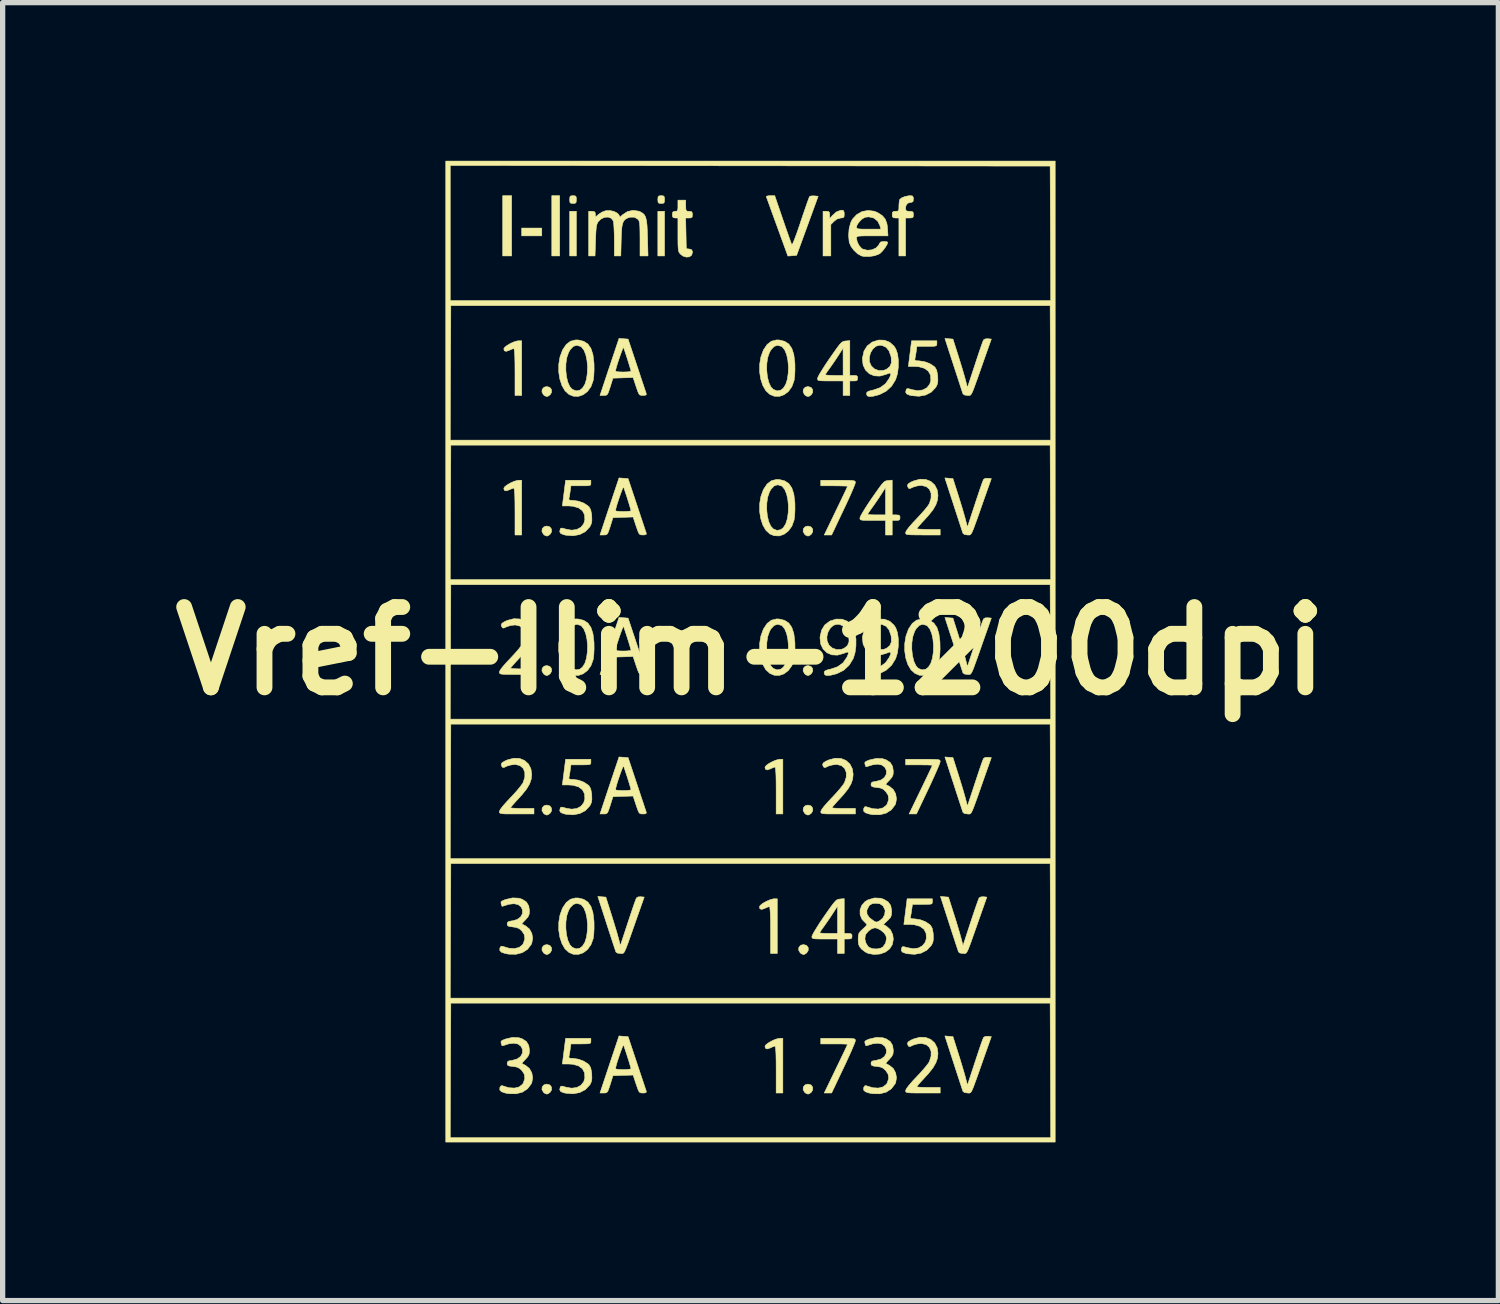
<source format=kicad_pcb>
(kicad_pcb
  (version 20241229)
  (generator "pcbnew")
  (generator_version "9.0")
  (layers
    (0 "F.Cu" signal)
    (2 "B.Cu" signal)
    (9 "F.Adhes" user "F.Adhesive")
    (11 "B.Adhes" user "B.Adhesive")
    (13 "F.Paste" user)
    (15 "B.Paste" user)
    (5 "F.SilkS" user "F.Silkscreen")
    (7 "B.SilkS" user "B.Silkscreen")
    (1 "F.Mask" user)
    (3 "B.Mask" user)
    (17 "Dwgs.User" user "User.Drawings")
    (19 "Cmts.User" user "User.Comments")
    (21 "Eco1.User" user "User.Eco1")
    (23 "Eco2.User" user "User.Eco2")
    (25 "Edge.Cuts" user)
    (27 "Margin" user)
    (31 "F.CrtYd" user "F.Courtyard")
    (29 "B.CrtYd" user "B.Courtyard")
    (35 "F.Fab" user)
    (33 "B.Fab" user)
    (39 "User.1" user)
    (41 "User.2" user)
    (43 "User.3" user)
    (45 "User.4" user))
  (footprint "Vref-Ilim-1200dpi"
    (layer "F.Cu")
    (at 11.183 9.297)
    (property "Reference" "Vref-Ilim-1200dpi" (at 0 0 0) (layer "F.SilkS") (effects (font (size 1.524 1.524) (thickness 0.3))))
    (attr through_hole)
    (fp_poly (pts (xy -4.53 -7.493) (xy -4.699 -7.493) (xy -4.699 -8.636) (xy -4.53 -8.636) (xy -4.53 -7.493)) (stroke (width 0.01) (type solid)) (fill yes) (layer "F.SilkS"))
    (fp_poly (pts (xy -3.958 -7.874) (xy -4.339 -7.874) (xy -4.339 -8.022) (xy -3.958 -8.022) (xy -3.958 -7.874)) (stroke (width 0.01) (type solid)) (fill yes) (layer "F.SilkS"))
    (fp_poly (pts (xy -3.619 -7.493) (xy -3.768 -7.493) (xy -3.768 -8.636) (xy -3.619 -8.636) (xy -3.619 -7.493)) (stroke (width 0.01) (type solid)) (fill yes) (layer "F.SilkS"))
    (fp_poly (pts (xy -3.302 -7.493) (xy -3.429 -7.493) (xy -3.429 -8.34) (xy -3.302 -8.34) (xy -3.302 -7.493)) (stroke (width 0.01) (type solid)) (fill yes) (layer "F.SilkS"))
    (fp_poly (pts (xy -1.63 -7.493) (xy -1.757 -7.493) (xy -1.757 -8.34) (xy -1.63 -8.34) (xy -1.63 -7.493)) (stroke (width 0.01) (type solid)) (fill yes) (layer "F.SilkS"))
    (fp_poly (pts (xy -3.805 -5) (xy -3.774 -4.959) (xy -3.772 -4.906) (xy -3.801 -4.859) (xy -3.84 -4.832) (xy -3.863 -4.826) (xy -3.9 -4.84) (xy -3.925 -4.859) (xy -3.955 -4.912) (xy -3.95 -4.964) (xy -3.915 -5.003) (xy -3.863 -5.016) (xy -3.805 -5)) (stroke (width 0.01) (type solid)) (fill yes) (layer "F.SilkS"))
    (fp_poly (pts (xy -3.805 -2.354) (xy -3.774 -2.313) (xy -3.772 -2.261) (xy -3.801 -2.213) (xy -3.84 -2.186) (xy -3.863 -2.18) (xy -3.9 -2.194) (xy -3.925 -2.213) (xy -3.955 -2.266) (xy -3.95 -2.319) (xy -3.915 -2.357) (xy -3.863 -2.371) (xy -3.805 -2.354)) (stroke (width 0.01) (type solid)) (fill yes) (layer "F.SilkS"))
    (fp_poly (pts (xy -3.805 0.292) (xy -3.774 0.332) (xy -3.772 0.385) (xy -3.801 0.432) (xy -3.84 0.459) (xy -3.863 0.466) (xy -3.9 0.452) (xy -3.925 0.432) (xy -3.955 0.379) (xy -3.95 0.327) (xy -3.915 0.288) (xy -3.863 0.275) (xy -3.805 0.292)) (stroke (width 0.01) (type solid)) (fill yes) (layer "F.SilkS"))
    (fp_poly (pts (xy -3.805 2.937) (xy -3.774 2.978) (xy -3.772 3.031) (xy -3.801 3.078) (xy -3.84 3.105) (xy -3.863 3.111) (xy -3.9 3.098) (xy -3.925 3.078) (xy -3.955 3.025) (xy -3.95 2.973) (xy -3.915 2.934) (xy -3.863 2.921) (xy -3.805 2.937)) (stroke (width 0.01) (type solid)) (fill yes) (layer "F.SilkS"))
    (fp_poly (pts (xy -3.805 5.583) (xy -3.774 5.624) (xy -3.772 5.677) (xy -3.801 5.724) (xy -3.84 5.751) (xy -3.863 5.757) (xy -3.9 5.743) (xy -3.925 5.724) (xy -3.955 5.671) (xy -3.95 5.619) (xy -3.915 5.58) (xy -3.863 5.567) (xy -3.805 5.583)) (stroke (width 0.01) (type solid)) (fill yes) (layer "F.SilkS"))
    (fp_poly (pts (xy -3.805 8.229) (xy -3.774 8.27) (xy -3.772 8.323) (xy -3.801 8.37) (xy -3.84 8.397) (xy -3.863 8.403) (xy -3.9 8.389) (xy -3.925 8.37) (xy -3.955 8.317) (xy -3.95 8.265) (xy -3.915 8.226) (xy -3.863 8.213) (xy -3.805 8.229)) (stroke (width 0.01) (type solid)) (fill yes) (layer "F.SilkS"))
    (fp_poly (pts (xy -3.323 -8.632) (xy -3.305 -8.611) (xy -3.302 -8.562) (xy -3.306 -8.512) (xy -3.323 -8.492) (xy -3.365 -8.488) (xy -3.408 -8.492) (xy -3.426 -8.513) (xy -3.429 -8.562) (xy -3.425 -8.612) (xy -3.408 -8.632) (xy -3.365 -8.636) (xy -3.323 -8.632)) (stroke (width 0.01) (type solid)) (fill yes) (layer "F.SilkS"))
    (fp_poly (pts (xy -1.651 -8.632) (xy -1.633 -8.611) (xy -1.63 -8.562) (xy -1.633 -8.512) (xy -1.651 -8.492) (xy -1.693 -8.488) (xy -1.736 -8.492) (xy -1.753 -8.513) (xy -1.757 -8.562) (xy -1.753 -8.612) (xy -1.735 -8.632) (xy -1.693 -8.636) (xy -1.651 -8.632)) (stroke (width 0.01) (type solid)) (fill yes) (layer "F.SilkS"))
    (fp_poly (pts (xy 1.063 5.583) (xy 1.095 5.624) (xy 1.096 5.677) (xy 1.067 5.724) (xy 1.028 5.751) (xy 1.005 5.757) (xy 0.968 5.743) (xy 0.943 5.724) (xy 0.913 5.671) (xy 0.918 5.619) (xy 0.953 5.58) (xy 1.005 5.567) (xy 1.063 5.583)) (stroke (width 0.01) (type solid)) (fill yes) (layer "F.SilkS"))
    (fp_poly (pts (xy 1.148 -5) (xy 1.179 -4.959) (xy 1.181 -4.906) (xy 1.152 -4.859) (xy 1.113 -4.832) (xy 1.09 -4.826) (xy 1.053 -4.84) (xy 1.028 -4.859) (xy 0.998 -4.912) (xy 1.003 -4.964) (xy 1.038 -5.003) (xy 1.09 -5.016) (xy 1.148 -5)) (stroke (width 0.01) (type solid)) (fill yes) (layer "F.SilkS"))
    (fp_poly (pts (xy 1.148 -2.354) (xy 1.179 -2.313) (xy 1.181 -2.261) (xy 1.152 -2.213) (xy 1.113 -2.186) (xy 1.09 -2.18) (xy 1.053 -2.194) (xy 1.028 -2.213) (xy 0.998 -2.266) (xy 1.003 -2.319) (xy 1.038 -2.357) (xy 1.09 -2.371) (xy 1.148 -2.354)) (stroke (width 0.01) (type solid)) (fill yes) (layer "F.SilkS"))
    (fp_poly (pts (xy 1.148 0.292) (xy 1.179 0.332) (xy 1.181 0.385) (xy 1.152 0.432) (xy 1.113 0.459) (xy 1.09 0.466) (xy 1.053 0.452) (xy 1.028 0.432) (xy 0.998 0.379) (xy 1.003 0.327) (xy 1.038 0.288) (xy 1.09 0.275) (xy 1.148 0.292)) (stroke (width 0.01) (type solid)) (fill yes) (layer "F.SilkS"))
    (fp_poly (pts (xy 1.148 2.937) (xy 1.179 2.978) (xy 1.181 3.031) (xy 1.152 3.078) (xy 1.113 3.105) (xy 1.09 3.111) (xy 1.053 3.098) (xy 1.028 3.078) (xy 0.998 3.025) (xy 1.003 2.973) (xy 1.038 2.934) (xy 1.09 2.921) (xy 1.148 2.937)) (stroke (width 0.01) (type solid)) (fill yes) (layer "F.SilkS"))
    (fp_poly (pts (xy 1.148 8.229) (xy 1.179 8.27) (xy 1.181 8.323) (xy 1.152 8.37) (xy 1.113 8.397) (xy 1.09 8.403) (xy 1.053 8.389) (xy 1.028 8.37) (xy 0.998 8.317) (xy 1.003 8.265) (xy 1.038 8.226) (xy 1.09 8.213) (xy 1.148 8.229)) (stroke (width 0.01) (type solid)) (fill yes) (layer "F.SilkS"))
    (fp_poly (pts (xy -4.339 -4.847) (xy -4.466 -4.847) (xy -4.466 -5.292) (xy -4.467 -5.464) (xy -4.47 -5.595) (xy -4.476 -5.683) (xy -4.483 -5.729) (xy -4.488 -5.736) (xy -4.521 -5.727) (xy -4.571 -5.705) (xy -4.574 -5.704) (xy -4.634 -5.683) (xy -4.669 -5.695) (xy -4.678 -5.732) (xy -4.66 -5.762) (xy -4.613 -5.798) (xy -4.549 -5.835) (xy -4.481 -5.865) (xy -4.419 -5.882) (xy -4.397 -5.884) (xy -4.339 -5.884) (xy -4.339 -4.847)) (stroke (width 0.01) (type solid)) (fill yes) (layer "F.SilkS"))
    (fp_poly (pts (xy -4.339 -2.201) (xy -4.466 -2.201) (xy -4.466 -2.646) (xy -4.467 -2.818) (xy -4.47 -2.949) (xy -4.476 -3.037) (xy -4.483 -3.083) (xy -4.488 -3.09) (xy -4.521 -3.081) (xy -4.571 -3.059) (xy -4.574 -3.058) (xy -4.634 -3.037) (xy -4.669 -3.049) (xy -4.678 -3.086) (xy -4.66 -3.116) (xy -4.613 -3.152) (xy -4.549 -3.189) (xy -4.481 -3.219) (xy -4.419 -3.236) (xy -4.397 -3.239) (xy -4.339 -3.239) (xy -4.339 -2.201)) (stroke (width 0.01) (type solid)) (fill yes) (layer "F.SilkS"))
    (fp_poly (pts (xy 0.508 5.736) (xy 0.381 5.736) (xy 0.381 5.292) (xy 0.38 5.119) (xy 0.377 4.989) (xy 0.371 4.9) (xy 0.364 4.854) (xy 0.359 4.847) (xy 0.326 4.856) (xy 0.277 4.878) (xy 0.273 4.88) (xy 0.213 4.901) (xy 0.179 4.888) (xy 0.169 4.851) (xy 0.188 4.821) (xy 0.234 4.785) (xy 0.298 4.749) (xy 0.366 4.719) (xy 0.428 4.701) (xy 0.45 4.699) (xy 0.508 4.699) (xy 0.508 5.736)) (stroke (width 0.01) (type solid)) (fill yes) (layer "F.SilkS"))
    (fp_poly (pts (xy 0.614 3.09) (xy 0.487 3.09) (xy 0.487 2.646) (xy 0.486 2.473) (xy 0.483 2.343) (xy 0.477 2.255) (xy 0.47 2.209) (xy 0.465 2.201) (xy 0.432 2.21) (xy 0.382 2.232) (xy 0.379 2.234) (xy 0.319 2.255) (xy 0.284 2.242) (xy 0.275 2.205) (xy 0.293 2.176) (xy 0.34 2.139) (xy 0.404 2.103) (xy 0.472 2.073) (xy 0.534 2.055) (xy 0.556 2.053) (xy 0.614 2.053) (xy 0.614 3.09)) (stroke (width 0.01) (type solid)) (fill yes) (layer "F.SilkS"))
    (fp_poly (pts (xy 0.614 8.382) (xy 0.487 8.382) (xy 0.487 7.938) (xy 0.486 7.765) (xy 0.483 7.634) (xy 0.477 7.546) (xy 0.47 7.5) (xy 0.465 7.493) (xy 0.432 7.502) (xy 0.382 7.524) (xy 0.379 7.526) (xy 0.319 7.547) (xy 0.284 7.534) (xy 0.275 7.497) (xy 0.293 7.467) (xy 0.34 7.431) (xy 0.404 7.395) (xy 0.472 7.364) (xy 0.534 7.347) (xy 0.556 7.345) (xy 0.614 7.345) (xy 0.614 8.382)) (stroke (width 0.01) (type solid)) (fill yes) (layer "F.SilkS"))
    (fp_poly (pts (xy 1.764 -8.353) (xy 1.776 -8.322) (xy 1.778 -8.287) (xy 1.775 -8.237) (xy 1.756 -8.217) (xy 1.713 -8.213) (xy 1.639 -8.192) (xy 1.586 -8.151) (xy 1.524 -8.089) (xy 1.524 -7.493) (xy 1.376 -7.493) (xy 1.376 -8.34) (xy 1.439 -8.34) (xy 1.483 -8.335) (xy 1.5 -8.312) (xy 1.503 -8.271) (xy 1.503 -8.202) (xy 1.551 -8.258) (xy 1.628 -8.327) (xy 1.71 -8.359) (xy 1.734 -8.361) (xy 1.764 -8.353)) (stroke (width 0.01) (type solid)) (fill yes) (layer "F.SilkS"))
    (fp_poly (pts (xy 1.786 -3.238) (xy 1.874 -3.237) (xy 1.932 -3.234) (xy 1.967 -3.228) (xy 1.984 -3.219) (xy 1.989 -3.205) (xy 1.99 -3.194) (xy 1.981 -3.164) (xy 1.956 -3.1) (xy 1.918 -3.011) (xy 1.869 -2.9) (xy 1.811 -2.775) (xy 1.764 -2.676) (xy 1.539 -2.201) (xy 1.399 -2.201) (xy 1.62 -2.659) (xy 1.682 -2.787) (xy 1.737 -2.902) (xy 1.783 -2.998) (xy 1.817 -3.071) (xy 1.837 -3.114) (xy 1.841 -3.125) (xy 1.822 -3.128) (xy 1.768 -3.13) (xy 1.688 -3.132) (xy 1.59 -3.133) (xy 1.333 -3.133) (xy 1.333 -3.239) (xy 1.662 -3.239) (xy 1.786 -3.238)) (stroke (width 0.01) (type solid)) (fill yes) (layer "F.SilkS"))
    (fp_poly (pts (xy 1.786 7.345) (xy 1.874 7.346) (xy 1.932 7.349) (xy 1.967 7.355) (xy 1.984 7.364) (xy 1.989 7.378) (xy 1.99 7.389) (xy 1.981 7.42) (xy 1.956 7.483) (xy 1.918 7.573) (xy 1.869 7.683) (xy 1.811 7.809) (xy 1.764 7.908) (xy 1.539 8.382) (xy 1.399 8.382) (xy 1.62 7.924) (xy 1.682 7.796) (xy 1.737 7.681) (xy 1.783 7.585) (xy 1.817 7.512) (xy 1.837 7.469) (xy 1.841 7.459) (xy 1.822 7.456) (xy 1.768 7.453) (xy 1.688 7.451) (xy 1.59 7.451) (xy 1.333 7.451) (xy 1.333 7.345) (xy 1.662 7.345) (xy 1.786 7.345)) (stroke (width 0.01) (type solid)) (fill yes) (layer "F.SilkS"))
    (fp_poly (pts (xy 3.395 2.053) (xy 3.483 2.055) (xy 3.541 2.058) (xy 3.575 2.063) (xy 3.592 2.073) (xy 3.598 2.086) (xy 3.598 2.097) (xy 3.59 2.128) (xy 3.565 2.191) (xy 3.526 2.281) (xy 3.477 2.391) (xy 3.42 2.517) (xy 3.373 2.616) (xy 3.148 3.09) (xy 3.008 3.09) (xy 3.229 2.633) (xy 3.291 2.505) (xy 3.346 2.39) (xy 3.392 2.293) (xy 3.426 2.221) (xy 3.446 2.177) (xy 3.45 2.167) (xy 3.43 2.164) (xy 3.376 2.161) (xy 3.296 2.16) (xy 3.199 2.159) (xy 3.196 2.159) (xy 2.942 2.159) (xy 2.942 2.053) (xy 3.27 2.053) (xy 3.395 2.053)) (stroke (width 0.01) (type solid)) (fill yes) (layer "F.SilkS"))
    (fp_poly (pts (xy 0.614 -8.186) (xy 0.659 -8.055) (xy 0.701 -7.936) (xy 0.736 -7.835) (xy 0.763 -7.76) (xy 0.78 -7.715) (xy 0.783 -7.707) (xy 0.795 -7.717) (xy 0.817 -7.763) (xy 0.849 -7.845) (xy 0.89 -7.957) (xy 0.938 -8.097) (xy 0.952 -8.141) (xy 0.997 -8.274) (xy 1.038 -8.393) (xy 1.073 -8.494) (xy 1.1 -8.569) (xy 1.117 -8.613) (xy 1.122 -8.622) (xy 1.152 -8.631) (xy 1.204 -8.633) (xy 1.211 -8.632) (xy 1.284 -8.625) (xy 1.08 -8.065) (xy 0.875 -7.504) (xy 0.792 -7.497) (xy 0.709 -7.491) (xy 0.508 -8.045) (xy 0.455 -8.19) (xy 0.407 -8.322) (xy 0.366 -8.436) (xy 0.333 -8.527) (xy 0.31 -8.589) (xy 0.3 -8.617) (xy 0.3 -8.618) (xy 0.314 -8.629) (xy 0.358 -8.636) (xy 0.376 -8.636) (xy 0.46 -8.636) (xy 0.614 -8.186)) (stroke (width 0.01) (type solid)) (fill yes) (layer "F.SilkS"))
    (fp_poly (pts (xy 3.84 -5.916) (xy 3.941 -5.599) (xy 3.979 -5.476) (xy 4.016 -5.355) (xy 4.048 -5.246) (xy 4.072 -5.162) (xy 4.078 -5.139) (xy 4.115 -4.997) (xy 4.259 -5.435) (xy 4.302 -5.566) (xy 4.341 -5.683) (xy 4.375 -5.781) (xy 4.401 -5.854) (xy 4.418 -5.896) (xy 4.421 -5.902) (xy 4.454 -5.92) (xy 4.503 -5.923) (xy 4.568 -5.916) (xy 4.411 -5.472) (xy 4.35 -5.297) (xy 4.301 -5.158) (xy 4.262 -5.051) (xy 4.233 -4.971) (xy 4.21 -4.915) (xy 4.192 -4.879) (xy 4.176 -4.858) (xy 4.162 -4.848) (xy 4.147 -4.846) (xy 4.129 -4.847) (xy 4.115 -4.847) (xy 4.058 -4.856) (xy 4.03 -4.878) (xy 4.02 -4.905) (xy 4 -4.968) (xy 3.97 -5.059) (xy 3.933 -5.173) (xy 3.89 -5.304) (xy 3.853 -5.418) (xy 3.687 -5.929) (xy 3.84 -5.916)) (stroke (width 0.01) (type solid)) (fill yes) (layer "F.SilkS"))
    (fp_poly (pts (xy 3.84 -0.624) (xy 3.941 -0.307) (xy 3.979 -0.184) (xy 4.016 -0.063) (xy 4.048 0.046) (xy 4.072 0.129) (xy 4.078 0.153) (xy 4.115 0.294) (xy 4.259 -0.144) (xy 4.302 -0.274) (xy 4.341 -0.391) (xy 4.375 -0.49) (xy 4.401 -0.563) (xy 4.418 -0.604) (xy 4.421 -0.61) (xy 4.454 -0.629) (xy 4.503 -0.631) (xy 4.568 -0.624) (xy 4.411 -0.18) (xy 4.35 -0.005) (xy 4.301 0.134) (xy 4.262 0.241) (xy 4.233 0.321) (xy 4.21 0.377) (xy 4.192 0.413) (xy 4.176 0.434) (xy 4.162 0.444) (xy 4.147 0.446) (xy 4.129 0.445) (xy 4.115 0.445) (xy 4.058 0.436) (xy 4.03 0.414) (xy 4.02 0.386) (xy 4 0.324) (xy 3.97 0.233) (xy 3.933 0.119) (xy 3.89 -0.012) (xy 3.853 -0.127) (xy 3.687 -0.637) (xy 3.84 -0.624)) (stroke (width 0.01) (type solid)) (fill yes) (layer "F.SilkS"))
    (fp_poly (pts (xy 3.84 2.021) (xy 3.941 2.339) (xy 3.979 2.462) (xy 4.016 2.583) (xy 4.048 2.691) (xy 4.072 2.775) (xy 4.078 2.798) (xy 4.115 2.94) (xy 4.259 2.502) (xy 4.302 2.372) (xy 4.341 2.255) (xy 4.375 2.156) (xy 4.401 2.083) (xy 4.418 2.042) (xy 4.421 2.036) (xy 4.454 2.017) (xy 4.503 2.015) (xy 4.568 2.021) (xy 4.411 2.466) (xy 4.35 2.641) (xy 4.301 2.78) (xy 4.262 2.887) (xy 4.233 2.966) (xy 4.21 3.022) (xy 4.192 3.059) (xy 4.176 3.08) (xy 4.162 3.09) (xy 4.147 3.092) (xy 4.129 3.091) (xy 4.115 3.09) (xy 4.058 3.082) (xy 4.03 3.06) (xy 4.02 3.032) (xy 4 2.97) (xy 3.97 2.879) (xy 3.933 2.765) (xy 3.89 2.634) (xy 3.853 2.519) (xy 3.687 2.009) (xy 3.84 2.021)) (stroke (width 0.01) (type solid)) (fill yes) (layer "F.SilkS"))
    (fp_poly (pts (xy 3.84 7.313) (xy 3.941 7.631) (xy 3.979 7.753) (xy 4.016 7.875) (xy 4.048 7.983) (xy 4.072 8.067) (xy 4.078 8.09) (xy 4.115 8.232) (xy 4.259 7.794) (xy 4.302 7.664) (xy 4.341 7.546) (xy 4.375 7.448) (xy 4.401 7.375) (xy 4.418 7.334) (xy 4.421 7.327) (xy 4.454 7.309) (xy 4.503 7.306) (xy 4.568 7.313) (xy 4.411 7.758) (xy 4.35 7.932) (xy 4.301 8.071) (xy 4.262 8.178) (xy 4.233 8.258) (xy 4.21 8.314) (xy 4.192 8.351) (xy 4.176 8.372) (xy 4.162 8.381) (xy 4.147 8.384) (xy 4.129 8.383) (xy 4.115 8.382) (xy 4.058 8.373) (xy 4.03 8.352) (xy 4.02 8.324) (xy 4 8.262) (xy 3.97 8.171) (xy 3.933 8.057) (xy 3.89 7.926) (xy 3.853 7.811) (xy 3.687 7.3) (xy 3.84 7.313)) (stroke (width 0.01) (type solid)) (fill yes) (layer "F.SilkS"))
    (fp_poly (pts (xy -2.819 4.661) (xy -2.743 4.667) (xy -2.642 4.985) (xy -2.604 5.107) (xy -2.567 5.229) (xy -2.534 5.337) (xy -2.511 5.421) (xy -2.504 5.444) (xy -2.468 5.586) (xy -2.324 5.148) (xy -2.281 5.018) (xy -2.241 4.9) (xy -2.208 4.802) (xy -2.181 4.729) (xy -2.165 4.688) (xy -2.162 4.682) (xy -2.129 4.663) (xy -2.08 4.66) (xy -2.015 4.667) (xy -2.172 5.112) (xy -2.233 5.286) (xy -2.282 5.425) (xy -2.32 5.533) (xy -2.35 5.612) (xy -2.373 5.668) (xy -2.391 5.705) (xy -2.406 5.726) (xy -2.421 5.735) (xy -2.436 5.738) (xy -2.454 5.737) (xy -2.468 5.736) (xy -2.525 5.728) (xy -2.553 5.706) (xy -2.562 5.678) (xy -2.583 5.616) (xy -2.613 5.525) (xy -2.65 5.411) (xy -2.693 5.28) (xy -2.73 5.165) (xy -2.895 4.654) (xy -2.819 4.661)) (stroke (width 0.01) (type solid)) (fill yes) (layer "F.SilkS"))
    (fp_poly (pts (xy 3.072 -8.631) (xy 3.088 -8.605) (xy 3.09 -8.572) (xy 3.084 -8.527) (xy 3.06 -8.51) (xy 3.042 -8.509) (xy 2.981 -8.493) (xy 2.948 -8.445) (xy 2.942 -8.399) (xy 2.947 -8.359) (xy 2.969 -8.343) (xy 3.016 -8.34) (xy 3.066 -8.336) (xy 3.086 -8.318) (xy 3.09 -8.276) (xy 3.086 -8.234) (xy 3.065 -8.216) (xy 3.016 -8.213) (xy 2.942 -8.213) (xy 2.942 -7.493) (xy 2.815 -7.493) (xy 2.815 -8.213) (xy 2.752 -8.213) (xy 2.707 -8.218) (xy 2.69 -8.243) (xy 2.688 -8.276) (xy 2.693 -8.321) (xy 2.718 -8.338) (xy 2.752 -8.34) (xy 2.79 -8.342) (xy 2.809 -8.357) (xy 2.815 -8.396) (xy 2.815 -8.44) (xy 2.819 -8.505) (xy 2.827 -8.554) (xy 2.832 -8.566) (xy 2.87 -8.596) (xy 2.934 -8.621) (xy 3.006 -8.635) (xy 3.028 -8.636) (xy 3.072 -8.631)) (stroke (width 0.01) (type solid)) (fill yes) (layer "F.SilkS"))
    (fp_poly (pts (xy 3.679 4.661) (xy 3.755 4.667) (xy 3.856 4.985) (xy 3.895 5.107) (xy 3.932 5.229) (xy 3.964 5.337) (xy 3.988 5.421) (xy 3.994 5.444) (xy 4.031 5.586) (xy 4.174 5.148) (xy 4.217 5.018) (xy 4.257 4.9) (xy 4.291 4.802) (xy 4.317 4.729) (xy 4.333 4.688) (xy 4.336 4.682) (xy 4.369 4.663) (xy 4.419 4.66) (xy 4.483 4.667) (xy 4.326 5.112) (xy 4.265 5.286) (xy 4.216 5.425) (xy 4.178 5.533) (xy 4.148 5.612) (xy 4.125 5.668) (xy 4.107 5.705) (xy 4.092 5.726) (xy 4.077 5.735) (xy 4.062 5.738) (xy 4.044 5.737) (xy 4.03 5.736) (xy 3.973 5.728) (xy 3.945 5.706) (xy 3.936 5.678) (xy 3.915 5.616) (xy 3.885 5.525) (xy 3.848 5.411) (xy 3.805 5.28) (xy 3.768 5.165) (xy 3.603 4.654) (xy 3.679 4.661)) (stroke (width 0.01) (type solid)) (fill yes) (layer "F.SilkS"))
    (fp_poly (pts (xy 3.764 -3.277) (xy 3.84 -3.27) (xy 3.941 -2.953) (xy 3.979 -2.83) (xy 4.016 -2.709) (xy 4.048 -2.6) (xy 4.072 -2.516) (xy 4.078 -2.493) (xy 4.115 -2.351) (xy 4.259 -2.79) (xy 4.302 -2.92) (xy 4.341 -3.037) (xy 4.375 -3.135) (xy 4.401 -3.208) (xy 4.418 -3.25) (xy 4.421 -3.256) (xy 4.454 -3.275) (xy 4.503 -3.277) (xy 4.568 -3.27) (xy 4.411 -2.826) (xy 4.35 -2.651) (xy 4.301 -2.512) (xy 4.262 -2.405) (xy 4.233 -2.325) (xy 4.21 -2.269) (xy 4.192 -2.233) (xy 4.176 -2.212) (xy 4.162 -2.202) (xy 4.147 -2.2) (xy 4.129 -2.201) (xy 4.115 -2.201) (xy 4.058 -2.21) (xy 4.03 -2.232) (xy 4.02 -2.26) (xy 4 -2.322) (xy 3.97 -2.413) (xy 3.933 -2.527) (xy 3.89 -2.658) (xy 3.853 -2.773) (xy 3.687 -3.283) (xy 3.764 -3.277)) (stroke (width 0.01) (type solid)) (fill yes) (layer "F.SilkS"))
    (fp_poly (pts (xy -1.228 -8.445) (xy -1.226 -8.383) (xy -1.218 -8.352) (xy -1.196 -8.341) (xy -1.164 -8.34) (xy -1.119 -8.334) (xy -1.103 -8.31) (xy -1.101 -8.276) (xy -1.106 -8.231) (xy -1.13 -8.215) (xy -1.165 -8.213) (xy -1.229 -8.213) (xy -1.223 -7.922) (xy -1.217 -7.631) (xy -1.159 -7.624) (xy -1.116 -7.611) (xy -1.101 -7.578) (xy -1.101 -7.557) (xy -1.117 -7.505) (xy -1.16 -7.476) (xy -1.218 -7.471) (xy -1.281 -7.491) (xy -1.324 -7.524) (xy -1.344 -7.545) (xy -1.358 -7.569) (xy -1.367 -7.601) (xy -1.372 -7.65) (xy -1.375 -7.722) (xy -1.376 -7.826) (xy -1.376 -7.894) (xy -1.376 -8.213) (xy -1.429 -8.213) (xy -1.467 -8.22) (xy -1.48 -8.249) (xy -1.482 -8.276) (xy -1.476 -8.322) (xy -1.452 -8.338) (xy -1.429 -8.34) (xy -1.397 -8.343) (xy -1.382 -8.361) (xy -1.376 -8.403) (xy -1.376 -8.445) (xy -1.376 -8.551) (xy -1.228 -8.551) (xy -1.228 -8.445)) (stroke (width 0.01) (type solid)) (fill yes) (layer "F.SilkS"))
    (fp_poly (pts (xy 1.884 -5.228) (xy 1.958 -5.228) (xy 2.008 -5.224) (xy 2.029 -5.206) (xy 2.032 -5.175) (xy 2.026 -5.139) (xy 2.002 -5.125) (xy 1.958 -5.122) (xy 1.884 -5.122) (xy 1.884 -4.847) (xy 1.757 -4.847) (xy 1.757 -5.122) (xy 1.513 -5.122) (xy 1.409 -5.123) (xy 1.34 -5.125) (xy 1.299 -5.129) (xy 1.278 -5.139) (xy 1.272 -5.154) (xy 1.271 -5.17) (xy 1.283 -5.202) (xy 1.304 -5.24) (xy 1.418 -5.24) (xy 1.438 -5.234) (xy 1.489 -5.23) (xy 1.564 -5.228) (xy 1.587 -5.228) (xy 1.757 -5.228) (xy 1.756 -5.747) (xy 1.672 -5.613) (xy 1.614 -5.525) (xy 1.55 -5.432) (xy 1.503 -5.365) (xy 1.46 -5.306) (xy 1.43 -5.261) (xy 1.418 -5.24) (xy 1.304 -5.24) (xy 1.316 -5.262) (xy 1.366 -5.344) (xy 1.428 -5.441) (xy 1.499 -5.546) (xy 1.579 -5.66) (xy 1.639 -5.745) (xy 1.683 -5.804) (xy 1.717 -5.842) (xy 1.745 -5.864) (xy 1.77 -5.875) (xy 1.798 -5.88) (xy 1.805 -5.88) (xy 1.884 -5.887) (xy 1.884 -5.228)) (stroke (width 0.01) (type solid)) (fill yes) (layer "F.SilkS"))
    (fp_poly (pts (xy 1.778 5.355) (xy 1.852 5.355) (xy 1.902 5.359) (xy 1.923 5.377) (xy 1.926 5.408) (xy 1.921 5.444) (xy 1.896 5.459) (xy 1.852 5.461) (xy 1.778 5.461) (xy 1.778 5.736) (xy 1.651 5.736) (xy 1.651 5.461) (xy 1.408 5.461) (xy 1.303 5.461) (xy 1.234 5.459) (xy 1.193 5.454) (xy 1.172 5.445) (xy 1.166 5.43) (xy 1.165 5.413) (xy 1.177 5.381) (xy 1.198 5.344) (xy 1.312 5.344) (xy 1.332 5.349) (xy 1.384 5.353) (xy 1.458 5.355) (xy 1.482 5.355) (xy 1.651 5.355) (xy 1.651 5.096) (xy 1.651 4.837) (xy 1.566 4.97) (xy 1.508 5.058) (xy 1.444 5.151) (xy 1.397 5.218) (xy 1.354 5.277) (xy 1.324 5.322) (xy 1.312 5.344) (xy 1.198 5.344) (xy 1.21 5.321) (xy 1.26 5.24) (xy 1.322 5.142) (xy 1.393 5.038) (xy 1.473 4.923) (xy 1.533 4.839) (xy 1.578 4.78) (xy 1.612 4.741) (xy 1.639 4.719) (xy 1.665 4.708) (xy 1.692 4.704) (xy 1.699 4.703) (xy 1.778 4.696) (xy 1.778 5.355)) (stroke (width 0.01) (type solid)) (fill yes) (layer "F.SilkS"))
    (fp_poly (pts (xy 2.688 -2.582) (xy 2.762 -2.582) (xy 2.812 -2.578) (xy 2.833 -2.561) (xy 2.836 -2.529) (xy 2.831 -2.494) (xy 2.806 -2.479) (xy 2.762 -2.477) (xy 2.688 -2.477) (xy 2.688 -2.201) (xy 2.561 -2.201) (xy 2.561 -2.477) (xy 2.318 -2.477) (xy 2.213 -2.477) (xy 2.144 -2.479) (xy 2.103 -2.484) (xy 2.083 -2.493) (xy 2.076 -2.508) (xy 2.075 -2.524) (xy 2.087 -2.556) (xy 2.108 -2.594) (xy 2.223 -2.594) (xy 2.242 -2.588) (xy 2.294 -2.584) (xy 2.368 -2.582) (xy 2.392 -2.582) (xy 2.561 -2.582) (xy 2.561 -2.842) (xy 2.561 -3.101) (xy 2.476 -2.967) (xy 2.419 -2.88) (xy 2.354 -2.786) (xy 2.307 -2.72) (xy 2.264 -2.66) (xy 2.234 -2.615) (xy 2.223 -2.594) (xy 2.108 -2.594) (xy 2.12 -2.616) (xy 2.17 -2.698) (xy 2.232 -2.795) (xy 2.303 -2.9) (xy 2.383 -3.014) (xy 2.443 -3.099) (xy 2.488 -3.158) (xy 2.522 -3.196) (xy 2.549 -3.218) (xy 2.575 -3.229) (xy 2.602 -3.234) (xy 2.609 -3.234) (xy 2.688 -3.241) (xy 2.688 -2.582)) (stroke (width 0.01) (type solid)) (fill yes) (layer "F.SilkS"))
    (fp_poly (pts (xy -3.027 -3.186) (xy -3.028 -3.16) (xy -3.038 -3.145) (xy -3.065 -3.137) (xy -3.117 -3.133) (xy -3.201 -3.133) (xy -3.216 -3.133) (xy -3.405 -3.133) (xy -3.419 -3.032) (xy -3.429 -2.964) (xy -3.439 -2.909) (xy -3.443 -2.895) (xy -3.443 -2.871) (xy -3.419 -2.86) (xy -3.362 -2.857) (xy -3.362 -2.857) (xy -3.261 -2.842) (xy -3.16 -2.805) (xy -3.079 -2.751) (xy -3.06 -2.732) (xy -3.03 -2.678) (xy -3.013 -2.594) (xy -3.01 -2.555) (xy -3.008 -2.474) (xy -3.017 -2.418) (xy -3.039 -2.369) (xy -3.052 -2.349) (xy -3.133 -2.264) (xy -3.24 -2.209) (xy -3.365 -2.186) (xy -3.503 -2.197) (xy -3.54 -2.206) (xy -3.598 -2.229) (xy -3.618 -2.262) (xy -3.608 -2.313) (xy -3.595 -2.33) (xy -3.569 -2.331) (xy -3.517 -2.317) (xy -3.502 -2.312) (xy -3.393 -2.292) (xy -3.295 -2.305) (xy -3.216 -2.347) (xy -3.162 -2.415) (xy -3.141 -2.487) (xy -3.147 -2.585) (xy -3.188 -2.662) (xy -3.263 -2.716) (xy -3.369 -2.746) (xy -3.451 -2.752) (xy -3.568 -2.752) (xy -3.537 -2.995) (xy -3.506 -3.239) (xy -3.027 -3.239) (xy -3.027 -3.186)) (stroke (width 0.01) (type solid)) (fill yes) (layer "F.SilkS"))
    (fp_poly (pts (xy -3.027 2.106) (xy -3.028 2.131) (xy -3.038 2.147) (xy -3.065 2.155) (xy -3.117 2.158) (xy -3.201 2.159) (xy -3.216 2.159) (xy -3.405 2.159) (xy -3.419 2.26) (xy -3.429 2.328) (xy -3.439 2.382) (xy -3.443 2.397) (xy -3.443 2.421) (xy -3.419 2.432) (xy -3.362 2.435) (xy -3.362 2.435) (xy -3.261 2.449) (xy -3.16 2.487) (xy -3.079 2.541) (xy -3.06 2.559) (xy -3.03 2.613) (xy -3.013 2.698) (xy -3.01 2.737) (xy -3.008 2.818) (xy -3.017 2.874) (xy -3.039 2.923) (xy -3.052 2.942) (xy -3.133 3.028) (xy -3.24 3.083) (xy -3.365 3.106) (xy -3.503 3.095) (xy -3.54 3.086) (xy -3.598 3.063) (xy -3.618 3.029) (xy -3.608 2.979) (xy -3.595 2.962) (xy -3.569 2.961) (xy -3.517 2.975) (xy -3.502 2.98) (xy -3.393 2.999) (xy -3.295 2.987) (xy -3.216 2.945) (xy -3.162 2.876) (xy -3.141 2.805) (xy -3.147 2.707) (xy -3.188 2.63) (xy -3.263 2.575) (xy -3.369 2.545) (xy -3.451 2.54) (xy -3.568 2.54) (xy -3.537 2.297) (xy -3.506 2.053) (xy -3.027 2.053) (xy -3.027 2.106)) (stroke (width 0.01) (type solid)) (fill yes) (layer "F.SilkS"))
    (fp_poly (pts (xy -3.027 7.398) (xy -3.028 7.423) (xy -3.038 7.438) (xy -3.065 7.447) (xy -3.117 7.45) (xy -3.201 7.451) (xy -3.216 7.451) (xy -3.405 7.451) (xy -3.419 7.551) (xy -3.429 7.619) (xy -3.439 7.674) (xy -3.443 7.689) (xy -3.443 7.712) (xy -3.419 7.723) (xy -3.362 7.726) (xy -3.362 7.726) (xy -3.261 7.741) (xy -3.16 7.779) (xy -3.079 7.832) (xy -3.06 7.851) (xy -3.03 7.905) (xy -3.013 7.989) (xy -3.01 8.029) (xy -3.008 8.109) (xy -3.017 8.166) (xy -3.039 8.215) (xy -3.052 8.234) (xy -3.133 8.319) (xy -3.24 8.374) (xy -3.365 8.397) (xy -3.503 8.386) (xy -3.54 8.378) (xy -3.598 8.355) (xy -3.618 8.321) (xy -3.608 8.271) (xy -3.595 8.254) (xy -3.569 8.252) (xy -3.517 8.267) (xy -3.502 8.271) (xy -3.393 8.291) (xy -3.295 8.278) (xy -3.216 8.236) (xy -3.162 8.168) (xy -3.141 8.096) (xy -3.147 7.998) (xy -3.188 7.921) (xy -3.263 7.867) (xy -3.369 7.837) (xy -3.451 7.832) (xy -3.568 7.832) (xy -3.537 7.588) (xy -3.506 7.345) (xy -3.027 7.345) (xy -3.027 7.398)) (stroke (width 0.01) (type solid)) (fill yes) (layer "F.SilkS"))
    (fp_poly (pts (xy 3.45 4.752) (xy 3.449 4.777) (xy 3.439 4.793) (xy 3.412 4.801) (xy 3.36 4.804) (xy 3.276 4.805) (xy 3.261 4.805) (xy 3.072 4.805) (xy 3.058 4.905) (xy 3.048 4.973) (xy 3.038 5.028) (xy 3.034 5.043) (xy 3.034 5.066) (xy 3.058 5.077) (xy 3.115 5.08) (xy 3.115 5.08) (xy 3.216 5.095) (xy 3.317 5.133) (xy 3.398 5.186) (xy 3.417 5.205) (xy 3.447 5.259) (xy 3.464 5.343) (xy 3.467 5.383) (xy 3.469 5.464) (xy 3.46 5.52) (xy 3.438 5.569) (xy 3.425 5.588) (xy 3.344 5.673) (xy 3.237 5.729) (xy 3.112 5.752) (xy 2.974 5.741) (xy 2.937 5.732) (xy 2.879 5.709) (xy 2.859 5.675) (xy 2.869 5.625) (xy 2.882 5.608) (xy 2.908 5.607) (xy 2.96 5.621) (xy 2.975 5.625) (xy 3.084 5.645) (xy 3.182 5.633) (xy 3.261 5.59) (xy 3.315 5.522) (xy 3.336 5.45) (xy 3.33 5.353) (xy 3.289 5.275) (xy 3.214 5.221) (xy 3.108 5.191) (xy 3.026 5.186) (xy 2.909 5.186) (xy 2.94 4.942) (xy 2.971 4.699) (xy 3.45 4.699) (xy 3.45 4.752)) (stroke (width 0.01) (type solid)) (fill yes) (layer "F.SilkS"))
    (fp_poly (pts (xy 3.535 -5.831) (xy 3.533 -5.806) (xy 3.523 -5.791) (xy 3.497 -5.782) (xy 3.445 -5.779) (xy 3.36 -5.779) (xy 3.346 -5.779) (xy 3.156 -5.779) (xy 3.143 -5.678) (xy 3.132 -5.61) (xy 3.122 -5.555) (xy 3.119 -5.54) (xy 3.119 -5.517) (xy 3.143 -5.506) (xy 3.199 -5.503) (xy 3.2 -5.503) (xy 3.301 -5.488) (xy 3.401 -5.451) (xy 3.483 -5.397) (xy 3.502 -5.378) (xy 3.532 -5.324) (xy 3.548 -5.24) (xy 3.552 -5.201) (xy 3.554 -5.12) (xy 3.545 -5.063) (xy 3.522 -5.014) (xy 3.51 -4.995) (xy 3.428 -4.91) (xy 3.322 -4.855) (xy 3.196 -4.832) (xy 3.059 -4.843) (xy 3.022 -4.851) (xy 2.964 -4.875) (xy 2.943 -4.908) (xy 2.954 -4.959) (xy 2.966 -4.975) (xy 2.993 -4.977) (xy 3.045 -4.963) (xy 3.059 -4.958) (xy 3.169 -4.938) (xy 3.266 -4.951) (xy 3.346 -4.993) (xy 3.4 -5.061) (xy 3.421 -5.133) (xy 3.415 -5.231) (xy 3.373 -5.308) (xy 3.299 -5.362) (xy 3.192 -5.392) (xy 3.111 -5.397) (xy 2.994 -5.397) (xy 3.025 -5.641) (xy 3.055 -5.884) (xy 3.535 -5.884) (xy 3.535 -5.831)) (stroke (width 0.01) (type solid)) (fill yes) (layer "F.SilkS"))
    (fp_poly (pts (xy -3.265 -5.899) (xy -3.163 -5.874) (xy -3.083 -5.822) (xy -3.026 -5.739) (xy -2.988 -5.623) (xy -2.969 -5.471) (xy -2.967 -5.442) (xy -2.966 -5.329) (xy -2.971 -5.221) (xy -2.982 -5.136) (xy -2.983 -5.13) (xy -3.025 -5.014) (xy -3.09 -4.923) (xy -3.172 -4.861) (xy -3.264 -4.829) (xy -3.361 -4.833) (xy -3.442 -4.866) (xy -3.518 -4.936) (xy -3.576 -5.036) (xy -3.616 -5.159) (xy -3.637 -5.295) (xy -3.636 -5.328) (xy -3.502 -5.328) (xy -3.49 -5.207) (xy -3.464 -5.099) (xy -3.425 -5.013) (xy -3.379 -4.963) (xy -3.307 -4.934) (xy -3.237 -4.947) (xy -3.187 -4.985) (xy -3.141 -5.058) (xy -3.11 -5.156) (xy -3.094 -5.271) (xy -3.09 -5.393) (xy -3.101 -5.512) (xy -3.124 -5.621) (xy -3.16 -5.709) (xy -3.207 -5.768) (xy -3.221 -5.777) (xy -3.294 -5.798) (xy -3.36 -5.778) (xy -3.419 -5.715) (xy -3.449 -5.664) (xy -3.483 -5.566) (xy -3.5 -5.451) (xy -3.502 -5.328) (xy -3.636 -5.328) (xy -3.636 -5.437) (xy -3.613 -5.576) (xy -3.567 -5.703) (xy -3.562 -5.713) (xy -3.494 -5.814) (xy -3.413 -5.876) (xy -3.317 -5.9) (xy -3.265 -5.899)) (stroke (width 0.01) (type solid)) (fill yes) (layer "F.SilkS"))
    (fp_poly (pts (xy -3.265 -0.607) (xy -3.163 -0.582) (xy -3.083 -0.53) (xy -3.026 -0.447) (xy -2.988 -0.332) (xy -2.969 -0.18) (xy -2.967 -0.15) (xy -2.966 -0.037) (xy -2.971 0.071) (xy -2.982 0.155) (xy -2.983 0.162) (xy -3.025 0.277) (xy -3.09 0.368) (xy -3.172 0.431) (xy -3.264 0.463) (xy -3.361 0.459) (xy -3.442 0.425) (xy -3.518 0.356) (xy -3.576 0.256) (xy -3.616 0.133) (xy -3.637 -0.003) (xy -3.636 -0.036) (xy -3.502 -0.036) (xy -3.49 0.084) (xy -3.464 0.192) (xy -3.425 0.278) (xy -3.379 0.329) (xy -3.307 0.357) (xy -3.237 0.345) (xy -3.187 0.306) (xy -3.141 0.234) (xy -3.11 0.135) (xy -3.094 0.021) (xy -3.09 -0.101) (xy -3.101 -0.221) (xy -3.124 -0.329) (xy -3.16 -0.417) (xy -3.207 -0.477) (xy -3.221 -0.486) (xy -3.294 -0.507) (xy -3.36 -0.486) (xy -3.419 -0.424) (xy -3.449 -0.372) (xy -3.483 -0.274) (xy -3.5 -0.159) (xy -3.502 -0.036) (xy -3.636 -0.036) (xy -3.636 -0.145) (xy -3.613 -0.284) (xy -3.567 -0.411) (xy -3.562 -0.421) (xy -3.494 -0.523) (xy -3.413 -0.585) (xy -3.317 -0.609) (xy -3.265 -0.607)) (stroke (width 0.01) (type solid)) (fill yes) (layer "F.SilkS"))
    (fp_poly (pts (xy -3.265 4.684) (xy -3.163 4.709) (xy -3.083 4.762) (xy -3.026 4.844) (xy -2.988 4.96) (xy -2.969 5.112) (xy -2.967 5.141) (xy -2.966 5.255) (xy -2.971 5.362) (xy -2.982 5.447) (xy -2.983 5.454) (xy -3.025 5.569) (xy -3.09 5.66) (xy -3.172 5.723) (xy -3.264 5.754) (xy -3.361 5.751) (xy -3.442 5.717) (xy -3.518 5.648) (xy -3.576 5.547) (xy -3.616 5.425) (xy -3.637 5.288) (xy -3.636 5.255) (xy -3.502 5.255) (xy -3.49 5.376) (xy -3.464 5.484) (xy -3.425 5.57) (xy -3.379 5.62) (xy -3.307 5.649) (xy -3.237 5.636) (xy -3.187 5.598) (xy -3.141 5.525) (xy -3.11 5.427) (xy -3.094 5.312) (xy -3.09 5.191) (xy -3.101 5.071) (xy -3.124 4.963) (xy -3.16 4.874) (xy -3.207 4.815) (xy -3.221 4.806) (xy -3.294 4.785) (xy -3.36 4.806) (xy -3.419 4.868) (xy -3.449 4.919) (xy -3.483 5.017) (xy -3.5 5.133) (xy -3.502 5.255) (xy -3.636 5.255) (xy -3.636 5.147) (xy -3.613 5.008) (xy -3.567 4.88) (xy -3.562 4.871) (xy -3.494 4.769) (xy -3.413 4.707) (xy -3.317 4.683) (xy -3.265 4.684)) (stroke (width 0.01) (type solid)) (fill yes) (layer "F.SilkS"))
    (fp_poly (pts (xy -2.321 -3.27) (xy -2.155 -2.773) (xy -2.109 -2.634) (xy -2.067 -2.507) (xy -2.03 -2.397) (xy -2.002 -2.312) (xy -1.983 -2.257) (xy -1.977 -2.238) (xy -1.977 -2.213) (xy -2.003 -2.203) (xy -2.039 -2.201) (xy -2.076 -2.203) (xy -2.101 -2.212) (xy -2.121 -2.238) (xy -2.141 -2.288) (xy -2.169 -2.37) (xy -2.17 -2.371) (xy -2.226 -2.542) (xy -2.608 -2.529) (xy -2.659 -2.365) (xy -2.686 -2.284) (xy -2.705 -2.236) (xy -2.725 -2.211) (xy -2.751 -2.202) (xy -2.783 -2.201) (xy -2.854 -2.201) (xy -2.701 -2.662) (xy -2.56 -2.662) (xy -2.541 -2.654) (xy -2.491 -2.648) (xy -2.419 -2.646) (xy -2.413 -2.646) (xy -2.34 -2.648) (xy -2.287 -2.653) (xy -2.265 -2.661) (xy -2.265 -2.662) (xy -2.271 -2.687) (xy -2.288 -2.743) (xy -2.312 -2.823) (xy -2.342 -2.917) (xy -2.375 -3.017) (xy -2.406 -3.111) (xy -2.415 -3.102) (xy -2.433 -3.061) (xy -2.457 -2.998) (xy -2.484 -2.922) (xy -2.511 -2.841) (xy -2.535 -2.765) (xy -2.552 -2.703) (xy -2.56 -2.664) (xy -2.56 -2.662) (xy -2.701 -2.662) (xy -2.674 -2.742) (xy -2.493 -3.283) (xy -2.321 -3.27)) (stroke (width 0.01) (type solid)) (fill yes) (layer "F.SilkS"))
    (fp_poly (pts (xy 0.545 -5.899) (xy 0.647 -5.874) (xy 0.727 -5.822) (xy 0.784 -5.739) (xy 0.822 -5.623) (xy 0.841 -5.471) (xy 0.843 -5.442) (xy 0.844 -5.329) (xy 0.839 -5.221) (xy 0.828 -5.136) (xy 0.827 -5.13) (xy 0.785 -5.014) (xy 0.72 -4.923) (xy 0.638 -4.861) (xy 0.546 -4.829) (xy 0.449 -4.833) (xy 0.368 -4.866) (xy 0.292 -4.936) (xy 0.234 -5.036) (xy 0.194 -5.159) (xy 0.173 -5.295) (xy 0.174 -5.328) (xy 0.308 -5.328) (xy 0.32 -5.207) (xy 0.346 -5.099) (xy 0.385 -5.013) (xy 0.431 -4.963) (xy 0.503 -4.934) (xy 0.573 -4.947) (xy 0.623 -4.985) (xy 0.669 -5.058) (xy 0.7 -5.156) (xy 0.716 -5.271) (xy 0.72 -5.393) (xy 0.709 -5.512) (xy 0.686 -5.621) (xy 0.65 -5.709) (xy 0.603 -5.768) (xy 0.589 -5.777) (xy 0.516 -5.798) (xy 0.45 -5.778) (xy 0.391 -5.715) (xy 0.361 -5.664) (xy 0.327 -5.566) (xy 0.31 -5.451) (xy 0.308 -5.328) (xy 0.174 -5.328) (xy 0.174 -5.437) (xy 0.197 -5.576) (xy 0.243 -5.703) (xy 0.248 -5.713) (xy 0.316 -5.814) (xy 0.397 -5.876) (xy 0.493 -5.9) (xy 0.545 -5.899)) (stroke (width 0.01) (type solid)) (fill yes) (layer "F.SilkS"))
    (fp_poly (pts (xy 0.545 -3.253) (xy 0.647 -3.228) (xy 0.727 -3.176) (xy 0.784 -3.093) (xy 0.822 -2.977) (xy 0.841 -2.826) (xy 0.843 -2.796) (xy 0.844 -2.683) (xy 0.839 -2.575) (xy 0.828 -2.491) (xy 0.827 -2.484) (xy 0.785 -2.368) (xy 0.72 -2.278) (xy 0.638 -2.215) (xy 0.546 -2.183) (xy 0.449 -2.187) (xy 0.368 -2.22) (xy 0.292 -2.29) (xy 0.234 -2.39) (xy 0.194 -2.513) (xy 0.173 -2.649) (xy 0.174 -2.682) (xy 0.308 -2.682) (xy 0.32 -2.562) (xy 0.346 -2.454) (xy 0.385 -2.368) (xy 0.431 -2.317) (xy 0.503 -2.288) (xy 0.573 -2.301) (xy 0.623 -2.339) (xy 0.669 -2.412) (xy 0.7 -2.511) (xy 0.716 -2.625) (xy 0.72 -2.747) (xy 0.709 -2.866) (xy 0.686 -2.975) (xy 0.65 -3.063) (xy 0.603 -3.122) (xy 0.589 -3.131) (xy 0.516 -3.153) (xy 0.45 -3.132) (xy 0.391 -3.07) (xy 0.361 -3.018) (xy 0.327 -2.92) (xy 0.31 -2.805) (xy 0.308 -2.682) (xy 0.174 -2.682) (xy 0.174 -2.791) (xy 0.197 -2.93) (xy 0.243 -3.057) (xy 0.248 -3.067) (xy 0.316 -3.168) (xy 0.397 -3.23) (xy 0.493 -3.254) (xy 0.545 -3.253)) (stroke (width 0.01) (type solid)) (fill yes) (layer "F.SilkS"))
    (fp_poly (pts (xy 0.545 -0.607) (xy 0.647 -0.582) (xy 0.727 -0.53) (xy 0.784 -0.447) (xy 0.822 -0.332) (xy 0.841 -0.18) (xy 0.843 -0.15) (xy 0.844 -0.037) (xy 0.839 0.071) (xy 0.828 0.155) (xy 0.827 0.162) (xy 0.785 0.277) (xy 0.72 0.368) (xy 0.638 0.431) (xy 0.546 0.463) (xy 0.449 0.459) (xy 0.368 0.425) (xy 0.292 0.356) (xy 0.234 0.256) (xy 0.194 0.133) (xy 0.173 -0.003) (xy 0.174 -0.036) (xy 0.308 -0.036) (xy 0.32 0.084) (xy 0.346 0.192) (xy 0.385 0.278) (xy 0.431 0.329) (xy 0.503 0.357) (xy 0.573 0.345) (xy 0.623 0.306) (xy 0.669 0.234) (xy 0.7 0.135) (xy 0.716 0.021) (xy 0.72 -0.101) (xy 0.709 -0.221) (xy 0.686 -0.329) (xy 0.65 -0.417) (xy 0.603 -0.477) (xy 0.589 -0.486) (xy 0.516 -0.507) (xy 0.45 -0.486) (xy 0.391 -0.424) (xy 0.361 -0.372) (xy 0.327 -0.274) (xy 0.31 -0.159) (xy 0.308 -0.036) (xy 0.174 -0.036) (xy 0.174 -0.145) (xy 0.197 -0.284) (xy 0.243 -0.411) (xy 0.248 -0.421) (xy 0.316 -0.523) (xy 0.397 -0.585) (xy 0.493 -0.609) (xy 0.545 -0.607)) (stroke (width 0.01) (type solid)) (fill yes) (layer "F.SilkS"))
    (fp_poly (pts (xy 3.296 -0.607) (xy 3.399 -0.582) (xy 3.478 -0.53) (xy 3.536 -0.447) (xy 3.573 -0.332) (xy 3.593 -0.18) (xy 3.594 -0.15) (xy 3.596 -0.037) (xy 3.591 0.071) (xy 3.58 0.155) (xy 3.578 0.162) (xy 3.536 0.277) (xy 3.472 0.368) (xy 3.39 0.431) (xy 3.298 0.463) (xy 3.201 0.459) (xy 3.12 0.425) (xy 3.044 0.356) (xy 2.985 0.256) (xy 2.945 0.133) (xy 2.925 -0.003) (xy 2.925 -0.036) (xy 3.059 -0.036) (xy 3.072 0.084) (xy 3.098 0.192) (xy 3.137 0.278) (xy 3.182 0.329) (xy 3.254 0.357) (xy 3.325 0.345) (xy 3.375 0.306) (xy 3.42 0.234) (xy 3.451 0.135) (xy 3.468 0.021) (xy 3.471 -0.101) (xy 3.461 -0.221) (xy 3.438 -0.329) (xy 3.402 -0.417) (xy 3.354 -0.477) (xy 3.34 -0.486) (xy 3.268 -0.507) (xy 3.202 -0.486) (xy 3.142 -0.424) (xy 3.113 -0.372) (xy 3.079 -0.274) (xy 3.061 -0.159) (xy 3.059 -0.036) (xy 2.925 -0.036) (xy 2.926 -0.145) (xy 2.949 -0.284) (xy 2.995 -0.411) (xy 3 -0.421) (xy 3.068 -0.523) (xy 3.149 -0.585) (xy 3.244 -0.609) (xy 3.296 -0.607)) (stroke (width 0.01) (type solid)) (fill yes) (layer "F.SilkS"))
    (fp_poly (pts (xy -4.38 -0.608) (xy -4.285 -0.571) (xy -4.211 -0.504) (xy -4.164 -0.412) (xy -4.149 -0.308) (xy -4.158 -0.217) (xy -4.189 -0.127) (xy -4.244 -0.033) (xy -4.329 0.074) (xy -4.394 0.146) (xy -4.458 0.215) (xy -4.509 0.273) (xy -4.542 0.312) (xy -4.551 0.326) (xy -4.531 0.331) (xy -4.478 0.335) (xy -4.4 0.338) (xy -4.329 0.339) (xy -4.106 0.339) (xy -4.106 0.445) (xy -4.434 0.445) (xy -4.559 0.444) (xy -4.647 0.443) (xy -4.705 0.44) (xy -4.739 0.434) (xy -4.756 0.425) (xy -4.762 0.411) (xy -4.763 0.399) (xy -4.747 0.362) (xy -4.701 0.3) (xy -4.627 0.216) (xy -4.555 0.14) (xy -4.476 0.055) (xy -4.405 -0.026) (xy -4.35 -0.095) (xy -4.316 -0.144) (xy -4.312 -0.151) (xy -4.279 -0.255) (xy -4.28 -0.346) (xy -4.311 -0.421) (xy -4.37 -0.472) (xy -4.454 -0.493) (xy -4.468 -0.494) (xy -4.545 -0.485) (xy -4.616 -0.464) (xy -4.629 -0.458) (xy -4.675 -0.437) (xy -4.699 -0.437) (xy -4.716 -0.459) (xy -4.719 -0.463) (xy -4.728 -0.497) (xy -4.712 -0.527) (xy -4.664 -0.557) (xy -4.608 -0.582) (xy -4.489 -0.613) (xy -4.38 -0.608)) (stroke (width 0.01) (type solid)) (fill yes) (layer "F.SilkS"))
    (fp_poly (pts (xy -4.38 2.037) (xy -4.285 2.075) (xy -4.211 2.142) (xy -4.164 2.234) (xy -4.149 2.338) (xy -4.158 2.429) (xy -4.189 2.519) (xy -4.244 2.613) (xy -4.329 2.72) (xy -4.394 2.792) (xy -4.458 2.861) (xy -4.509 2.919) (xy -4.542 2.958) (xy -4.551 2.972) (xy -4.531 2.977) (xy -4.478 2.981) (xy -4.4 2.984) (xy -4.329 2.985) (xy -4.106 2.985) (xy -4.106 3.09) (xy -4.434 3.09) (xy -4.559 3.09) (xy -4.647 3.089) (xy -4.705 3.086) (xy -4.739 3.08) (xy -4.756 3.071) (xy -4.762 3.057) (xy -4.763 3.045) (xy -4.747 3.008) (xy -4.701 2.946) (xy -4.627 2.862) (xy -4.555 2.785) (xy -4.476 2.701) (xy -4.405 2.62) (xy -4.35 2.551) (xy -4.316 2.502) (xy -4.312 2.494) (xy -4.279 2.391) (xy -4.28 2.299) (xy -4.311 2.225) (xy -4.37 2.174) (xy -4.454 2.152) (xy -4.468 2.152) (xy -4.545 2.161) (xy -4.616 2.181) (xy -4.629 2.187) (xy -4.675 2.209) (xy -4.699 2.209) (xy -4.716 2.187) (xy -4.719 2.183) (xy -4.728 2.148) (xy -4.712 2.119) (xy -4.664 2.089) (xy -4.608 2.064) (xy -4.489 2.033) (xy -4.38 2.037)) (stroke (width 0.01) (type solid)) (fill yes) (layer "F.SilkS"))
    (fp_poly (pts (xy -2.321 -5.916) (xy -2.155 -5.419) (xy -2.109 -5.28) (xy -2.067 -5.152) (xy -2.03 -5.043) (xy -2.002 -4.958) (xy -1.983 -4.903) (xy -1.977 -4.884) (xy -1.977 -4.859) (xy -2.003 -4.849) (xy -2.039 -4.847) (xy -2.076 -4.849) (xy -2.101 -4.858) (xy -2.121 -4.884) (xy -2.141 -4.934) (xy -2.169 -5.016) (xy -2.17 -5.017) (xy -2.226 -5.187) (xy -2.417 -5.181) (xy -2.608 -5.175) (xy -2.659 -5.011) (xy -2.686 -4.93) (xy -2.705 -4.882) (xy -2.725 -4.857) (xy -2.751 -4.848) (xy -2.783 -4.847) (xy -2.854 -4.847) (xy -2.701 -5.308) (xy -2.56 -5.308) (xy -2.541 -5.3) (xy -2.491 -5.294) (xy -2.419 -5.292) (xy -2.413 -5.292) (xy -2.34 -5.294) (xy -2.287 -5.299) (xy -2.265 -5.307) (xy -2.265 -5.307) (xy -2.271 -5.332) (xy -2.288 -5.389) (xy -2.312 -5.469) (xy -2.342 -5.563) (xy -2.375 -5.663) (xy -2.406 -5.757) (xy -2.415 -5.748) (xy -2.433 -5.707) (xy -2.457 -5.644) (xy -2.484 -5.568) (xy -2.511 -5.487) (xy -2.535 -5.411) (xy -2.552 -5.349) (xy -2.56 -5.31) (xy -2.56 -5.308) (xy -2.701 -5.308) (xy -2.674 -5.388) (xy -2.493 -5.929) (xy -2.321 -5.916)) (stroke (width 0.01) (type solid)) (fill yes) (layer "F.SilkS"))
    (fp_poly (pts (xy -2.321 2.021) (xy -2.155 2.519) (xy -2.109 2.658) (xy -2.067 2.785) (xy -2.03 2.894) (xy -2.002 2.98) (xy -1.983 3.035) (xy -1.977 3.053) (xy -1.977 3.078) (xy -2.003 3.089) (xy -2.039 3.09) (xy -2.076 3.089) (xy -2.101 3.079) (xy -2.121 3.054) (xy -2.141 3.004) (xy -2.169 2.922) (xy -2.17 2.92) (xy -2.226 2.75) (xy -2.417 2.756) (xy -2.608 2.762) (xy -2.659 2.926) (xy -2.686 3.007) (xy -2.705 3.056) (xy -2.725 3.08) (xy -2.751 3.089) (xy -2.783 3.09) (xy -2.854 3.09) (xy -2.701 2.63) (xy -2.56 2.63) (xy -2.541 2.638) (xy -2.491 2.643) (xy -2.419 2.646) (xy -2.413 2.646) (xy -2.34 2.644) (xy -2.287 2.638) (xy -2.265 2.631) (xy -2.265 2.63) (xy -2.271 2.605) (xy -2.288 2.548) (xy -2.312 2.469) (xy -2.342 2.374) (xy -2.375 2.274) (xy -2.406 2.18) (xy -2.415 2.189) (xy -2.433 2.23) (xy -2.457 2.293) (xy -2.484 2.37) (xy -2.511 2.45) (xy -2.535 2.526) (xy -2.552 2.589) (xy -2.56 2.628) (xy -2.56 2.63) (xy -2.701 2.63) (xy -2.674 2.549) (xy -2.493 2.009) (xy -2.321 2.021)) (stroke (width 0.01) (type solid)) (fill yes) (layer "F.SilkS"))
    (fp_poly (pts (xy 1.716 2.037) (xy 1.811 2.075) (xy 1.885 2.142) (xy 1.932 2.234) (xy 1.947 2.338) (xy 1.938 2.429) (xy 1.907 2.519) (xy 1.852 2.613) (xy 1.767 2.72) (xy 1.702 2.792) (xy 1.638 2.861) (xy 1.587 2.919) (xy 1.554 2.958) (xy 1.545 2.972) (xy 1.565 2.977) (xy 1.618 2.981) (xy 1.696 2.984) (xy 1.767 2.985) (xy 1.99 2.985) (xy 1.99 3.09) (xy 1.662 3.09) (xy 1.537 3.09) (xy 1.449 3.089) (xy 1.391 3.086) (xy 1.357 3.08) (xy 1.34 3.071) (xy 1.334 3.057) (xy 1.333 3.045) (xy 1.349 3.008) (xy 1.395 2.946) (xy 1.469 2.862) (xy 1.541 2.785) (xy 1.62 2.701) (xy 1.691 2.62) (xy 1.746 2.551) (xy 1.78 2.502) (xy 1.784 2.494) (xy 1.817 2.391) (xy 1.816 2.299) (xy 1.785 2.225) (xy 1.726 2.174) (xy 1.642 2.152) (xy 1.628 2.152) (xy 1.551 2.161) (xy 1.48 2.181) (xy 1.467 2.187) (xy 1.421 2.209) (xy 1.397 2.209) (xy 1.38 2.187) (xy 1.377 2.183) (xy 1.368 2.148) (xy 1.384 2.119) (xy 1.432 2.089) (xy 1.488 2.064) (xy 1.607 2.033) (xy 1.716 2.037)) (stroke (width 0.01) (type solid)) (fill yes) (layer "F.SilkS"))
    (fp_poly (pts (xy 3.325 -3.254) (xy 3.42 -3.217) (xy 3.494 -3.15) (xy 3.541 -3.058) (xy 3.556 -2.954) (xy 3.547 -2.863) (xy 3.516 -2.773) (xy 3.461 -2.678) (xy 3.376 -2.572) (xy 3.31 -2.499) (xy 3.247 -2.431) (xy 3.195 -2.373) (xy 3.163 -2.334) (xy 3.154 -2.32) (xy 3.174 -2.315) (xy 3.227 -2.311) (xy 3.305 -2.308) (xy 3.376 -2.307) (xy 3.598 -2.307) (xy 3.598 -2.201) (xy 3.27 -2.201) (xy 3.146 -2.202) (xy 3.058 -2.203) (xy 3 -2.206) (xy 2.965 -2.211) (xy 2.948 -2.221) (xy 2.943 -2.234) (xy 2.942 -2.247) (xy 2.958 -2.284) (xy 3.004 -2.346) (xy 3.077 -2.43) (xy 3.149 -2.506) (xy 3.228 -2.591) (xy 3.299 -2.671) (xy 3.355 -2.74) (xy 3.389 -2.79) (xy 3.393 -2.797) (xy 3.425 -2.9) (xy 3.425 -2.992) (xy 3.394 -3.067) (xy 3.335 -3.118) (xy 3.25 -3.139) (xy 3.237 -3.14) (xy 3.16 -3.131) (xy 3.088 -3.11) (xy 3.075 -3.104) (xy 3.029 -3.083) (xy 3.005 -3.082) (xy 2.988 -3.104) (xy 2.986 -3.109) (xy 2.976 -3.143) (xy 2.993 -3.172) (xy 3.041 -3.203) (xy 3.097 -3.227) (xy 3.215 -3.259) (xy 3.325 -3.254)) (stroke (width 0.01) (type solid)) (fill yes) (layer "F.SilkS"))
    (fp_poly (pts (xy 3.325 7.329) (xy 3.42 7.367) (xy 3.494 7.433) (xy 3.541 7.526) (xy 3.556 7.629) (xy 3.547 7.721) (xy 3.516 7.81) (xy 3.461 7.905) (xy 3.376 8.012) (xy 3.31 8.084) (xy 3.247 8.153) (xy 3.195 8.21) (xy 3.163 8.25) (xy 3.154 8.263) (xy 3.174 8.269) (xy 3.227 8.273) (xy 3.305 8.275) (xy 3.376 8.276) (xy 3.598 8.276) (xy 3.598 8.382) (xy 3.27 8.382) (xy 3.146 8.382) (xy 3.058 8.381) (xy 3 8.378) (xy 2.965 8.372) (xy 2.948 8.363) (xy 2.943 8.349) (xy 2.942 8.336) (xy 2.958 8.3) (xy 3.004 8.238) (xy 3.077 8.153) (xy 3.149 8.077) (xy 3.228 7.993) (xy 3.299 7.912) (xy 3.355 7.843) (xy 3.389 7.794) (xy 3.393 7.786) (xy 3.425 7.683) (xy 3.425 7.591) (xy 3.394 7.517) (xy 3.335 7.466) (xy 3.25 7.444) (xy 3.237 7.444) (xy 3.16 7.452) (xy 3.088 7.473) (xy 3.075 7.479) (xy 3.029 7.501) (xy 3.005 7.501) (xy 2.988 7.479) (xy 2.986 7.474) (xy 2.976 7.44) (xy 2.993 7.411) (xy 3.041 7.381) (xy 3.097 7.356) (xy 3.215 7.324) (xy 3.325 7.329)) (stroke (width 0.01) (type solid)) (fill yes) (layer "F.SilkS"))
    (fp_poly (pts (xy -2.407 -0.631) (xy -2.321 -0.624) (xy -2.155 -0.127) (xy -2.109 0.012) (xy -2.067 0.139) (xy -2.03 0.248) (xy -2.002 0.334) (xy -1.983 0.389) (xy -1.977 0.407) (xy -1.977 0.433) (xy -2.003 0.443) (xy -2.039 0.445) (xy -2.076 0.443) (xy -2.101 0.433) (xy -2.121 0.408) (xy -2.141 0.358) (xy -2.169 0.276) (xy -2.17 0.274) (xy -2.226 0.104) (xy -2.417 0.11) (xy -2.608 0.116) (xy -2.659 0.28) (xy -2.686 0.361) (xy -2.705 0.41) (xy -2.725 0.435) (xy -2.751 0.443) (xy -2.783 0.445) (xy -2.854 0.445) (xy -2.701 -0.016) (xy -2.56 -0.016) (xy -2.541 -0.008) (xy -2.491 -0.002) (xy -2.419 -0.000013) (xy -2.413 0) (xy -2.34 -0.002) (xy -2.287 -0.008) (xy -2.265 -0.015) (xy -2.265 -0.016) (xy -2.271 -0.041) (xy -2.288 -0.097) (xy -2.312 -0.177) (xy -2.342 -0.271) (xy -2.375 -0.372) (xy -2.406 -0.466) (xy -2.415 -0.456) (xy -2.433 -0.416) (xy -2.457 -0.353) (xy -2.484 -0.276) (xy -2.511 -0.195) (xy -2.535 -0.119) (xy -2.552 -0.057) (xy -2.56 -0.018) (xy -2.56 -0.016) (xy -2.701 -0.016) (xy -2.674 -0.096) (xy -2.493 -0.637) (xy -2.407 -0.631)) (stroke (width 0.01) (type solid)) (fill yes) (layer "F.SilkS"))
    (fp_poly (pts (xy -2.407 7.307) (xy -2.321 7.313) (xy -2.155 7.811) (xy -2.109 7.95) (xy -2.067 8.077) (xy -2.03 8.186) (xy -2.002 8.271) (xy -1.983 8.327) (xy -1.977 8.345) (xy -1.977 8.37) (xy -2.003 8.381) (xy -2.039 8.382) (xy -2.076 8.381) (xy -2.101 8.371) (xy -2.121 8.345) (xy -2.141 8.295) (xy -2.169 8.214) (xy -2.17 8.212) (xy -2.226 8.042) (xy -2.417 8.048) (xy -2.608 8.054) (xy -2.659 8.218) (xy -2.686 8.299) (xy -2.705 8.348) (xy -2.725 8.372) (xy -2.751 8.381) (xy -2.783 8.382) (xy -2.854 8.382) (xy -2.701 7.922) (xy -2.56 7.922) (xy -2.541 7.929) (xy -2.491 7.935) (xy -2.419 7.937) (xy -2.413 7.938) (xy -2.34 7.935) (xy -2.287 7.93) (xy -2.265 7.922) (xy -2.265 7.922) (xy -2.271 7.897) (xy -2.288 7.84) (xy -2.312 7.76) (xy -2.342 7.666) (xy -2.375 7.566) (xy -2.406 7.472) (xy -2.415 7.481) (xy -2.433 7.522) (xy -2.457 7.585) (xy -2.484 7.661) (xy -2.511 7.742) (xy -2.535 7.818) (xy -2.552 7.88) (xy -2.56 7.919) (xy -2.56 7.922) (xy -2.701 7.922) (xy -2.674 7.841) (xy -2.493 7.3) (xy -2.407 7.307)) (stroke (width 0.01) (type solid)) (fill yes) (layer "F.SilkS"))
    (fp_poly (pts (xy 1.737 -0.604) (xy 1.837 -0.565) (xy 1.918 -0.491) (xy 1.952 -0.439) (xy 1.984 -0.344) (xy 2.001 -0.224) (xy 2 -0.094) (xy 1.983 0.032) (xy 1.95 0.141) (xy 1.949 0.143) (xy 1.872 0.268) (xy 1.768 0.365) (xy 1.642 0.428) (xy 1.627 0.433) (xy 1.522 0.459) (xy 1.45 0.466) (xy 1.41 0.451) (xy 1.397 0.417) (xy 1.402 0.389) (xy 1.424 0.37) (xy 1.472 0.354) (xy 1.524 0.342) (xy 1.654 0.297) (xy 1.757 0.222) (xy 1.828 0.119) (xy 1.829 0.118) (xy 1.855 0.055) (xy 1.856 0.024) (xy 1.829 0.021) (xy 1.769 0.044) (xy 1.764 0.046) (xy 1.649 0.078) (xy 1.542 0.072) (xy 1.449 0.032) (xy 1.378 -0.037) (xy 1.332 -0.131) (xy 1.319 -0.246) (xy 1.32 -0.27) (xy 1.321 -0.275) (xy 1.449 -0.275) (xy 1.453 -0.193) (xy 1.488 -0.113) (xy 1.551 -0.057) (xy 1.632 -0.028) (xy 1.721 -0.031) (xy 1.775 -0.051) (xy 1.839 -0.103) (xy 1.869 -0.176) (xy 1.865 -0.272) (xy 1.861 -0.291) (xy 1.825 -0.399) (xy 1.769 -0.469) (xy 1.693 -0.503) (xy 1.645 -0.508) (xy 1.575 -0.489) (xy 1.516 -0.437) (xy 1.472 -0.362) (xy 1.449 -0.275) (xy 1.321 -0.275) (xy 1.349 -0.397) (xy 1.409 -0.495) (xy 1.501 -0.565) (xy 1.51 -0.57) (xy 1.626 -0.606) (xy 1.737 -0.604)) (stroke (width 0.01) (type solid)) (fill yes) (layer "F.SilkS"))
    (fp_poly (pts (xy 2.541 -5.895) (xy 2.641 -5.856) (xy 2.722 -5.783) (xy 2.756 -5.731) (xy 2.789 -5.636) (xy 2.805 -5.516) (xy 2.804 -5.386) (xy 2.788 -5.259) (xy 2.754 -5.151) (xy 2.754 -5.149) (xy 2.677 -5.024) (xy 2.572 -4.927) (xy 2.447 -4.864) (xy 2.432 -4.859) (xy 2.326 -4.832) (xy 2.254 -4.826) (xy 2.214 -4.84) (xy 2.201 -4.875) (xy 2.206 -4.903) (xy 2.228 -4.922) (xy 2.276 -4.938) (xy 2.329 -4.95) (xy 2.459 -4.995) (xy 2.561 -5.07) (xy 2.633 -5.173) (xy 2.633 -5.173) (xy 2.66 -5.237) (xy 2.661 -5.268) (xy 2.633 -5.27) (xy 2.573 -5.248) (xy 2.569 -5.246) (xy 2.453 -5.214) (xy 2.346 -5.22) (xy 2.254 -5.259) (xy 2.182 -5.328) (xy 2.136 -5.423) (xy 2.123 -5.538) (xy 2.124 -5.562) (xy 2.126 -5.567) (xy 2.254 -5.567) (xy 2.257 -5.485) (xy 2.292 -5.405) (xy 2.355 -5.348) (xy 2.436 -5.319) (xy 2.525 -5.323) (xy 2.579 -5.343) (xy 2.643 -5.395) (xy 2.673 -5.467) (xy 2.669 -5.564) (xy 2.666 -5.583) (xy 2.629 -5.69) (xy 2.573 -5.76) (xy 2.497 -5.795) (xy 2.449 -5.8) (xy 2.38 -5.78) (xy 2.32 -5.728) (xy 2.276 -5.654) (xy 2.254 -5.567) (xy 2.126 -5.567) (xy 2.153 -5.689) (xy 2.214 -5.787) (xy 2.305 -5.857) (xy 2.315 -5.862) (xy 2.43 -5.898) (xy 2.541 -5.895)) (stroke (width 0.01) (type solid)) (fill yes) (layer "F.SilkS"))
    (fp_poly (pts (xy 2.541 -0.604) (xy 2.641 -0.565) (xy 2.722 -0.491) (xy 2.756 -0.439) (xy 2.789 -0.344) (xy 2.805 -0.224) (xy 2.804 -0.094) (xy 2.788 0.032) (xy 2.754 0.141) (xy 2.754 0.143) (xy 2.677 0.268) (xy 2.572 0.365) (xy 2.447 0.428) (xy 2.432 0.433) (xy 2.326 0.459) (xy 2.254 0.466) (xy 2.214 0.451) (xy 2.201 0.417) (xy 2.206 0.389) (xy 2.228 0.37) (xy 2.276 0.354) (xy 2.329 0.342) (xy 2.459 0.297) (xy 2.561 0.222) (xy 2.633 0.119) (xy 2.633 0.118) (xy 2.66 0.055) (xy 2.661 0.024) (xy 2.633 0.021) (xy 2.573 0.044) (xy 2.569 0.046) (xy 2.453 0.078) (xy 2.346 0.072) (xy 2.254 0.032) (xy 2.182 -0.037) (xy 2.136 -0.131) (xy 2.123 -0.246) (xy 2.124 -0.27) (xy 2.126 -0.275) (xy 2.254 -0.275) (xy 2.257 -0.193) (xy 2.292 -0.113) (xy 2.355 -0.057) (xy 2.436 -0.028) (xy 2.525 -0.031) (xy 2.579 -0.051) (xy 2.643 -0.103) (xy 2.673 -0.176) (xy 2.669 -0.272) (xy 2.666 -0.291) (xy 2.629 -0.399) (xy 2.573 -0.469) (xy 2.497 -0.503) (xy 2.449 -0.508) (xy 2.38 -0.489) (xy 2.32 -0.437) (xy 2.276 -0.362) (xy 2.254 -0.275) (xy 2.126 -0.275) (xy 2.153 -0.397) (xy 2.214 -0.495) (xy 2.305 -0.565) (xy 2.315 -0.57) (xy 2.43 -0.606) (xy 2.541 -0.604)) (stroke (width 0.01) (type solid)) (fill yes) (layer "F.SilkS"))
    (fp_poly (pts (xy 5.779 9.313) (xy -5.779 9.313) (xy -5.779 9.229) (xy -5.694 9.229) (xy 5.694 9.229) (xy 5.689 7.953) (xy 5.683 6.678) (xy -5.683 6.678) (xy -5.689 7.953) (xy -5.694 9.229) (xy -5.779 9.229) (xy -5.779 6.583) (xy -5.694 6.583) (xy 5.694 6.583) (xy 5.689 5.308) (xy 5.683 4.032) (xy -5.683 4.032) (xy -5.694 6.583) (xy -5.779 6.583) (xy -5.779 3.937) (xy -5.694 3.937) (xy 5.694 3.937) (xy 5.689 2.662) (xy 5.683 1.386) (xy -5.683 1.386) (xy -5.689 2.662) (xy -5.694 3.937) (xy -5.779 3.937) (xy -5.779 1.291) (xy -5.694 1.291) (xy 5.694 1.291) (xy 5.689 0.016) (xy 5.683 -1.259) (xy -5.683 -1.259) (xy -5.689 0.016) (xy -5.694 1.291) (xy -5.779 1.291) (xy -5.779 -1.355) (xy -5.694 -1.355) (xy 5.694 -1.355) (xy 5.689 -2.63) (xy 5.683 -3.905) (xy -5.683 -3.905) (xy -5.694 -1.355) (xy -5.779 -1.355) (xy -5.779 -4) (xy -5.694 -4) (xy 5.694 -4) (xy 5.689 -5.276) (xy 5.683 -6.551) (xy -5.683 -6.551) (xy -5.689 -5.276) (xy -5.694 -4) (xy -5.779 -4) (xy -5.779 -6.646) (xy -5.694 -6.646) (xy 5.694 -6.646) (xy 5.689 -7.922) (xy 5.683 -9.197) (xy -5.694 -9.208) (xy -5.694 -6.646) (xy -5.779 -6.646) (xy -5.779 -9.292) (xy 5.779 -9.292) (xy 5.779 9.313)) (stroke (width 0.01) (type solid)) (fill yes) (layer "F.SilkS"))
    (fp_poly (pts (xy -4.396 4.687) (xy -4.331 4.707) (xy -4.25 4.759) (xy -4.205 4.834) (xy -4.191 4.928) (xy -4.197 4.993) (xy -4.219 5.042) (xy -4.266 5.096) (xy -4.307 5.139) (xy -4.332 5.169) (xy -4.335 5.175) (xy -4.314 5.187) (xy -4.27 5.21) (xy -4.263 5.214) (xy -4.193 5.271) (xy -4.147 5.353) (xy -4.131 5.446) (xy -4.147 5.539) (xy -4.157 5.563) (xy -4.228 5.657) (xy -4.326 5.72) (xy -4.446 5.751) (xy -4.584 5.749) (xy -4.653 5.736) (xy -4.722 5.713) (xy -4.754 5.68) (xy -4.753 5.635) (xy -4.752 5.631) (xy -4.73 5.598) (xy -4.702 5.6) (xy -4.583 5.636) (xy -4.476 5.643) (xy -4.387 5.621) (xy -4.324 5.571) (xy -4.308 5.546) (xy -4.279 5.458) (xy -4.29 5.379) (xy -4.335 5.31) (xy -4.383 5.267) (xy -4.437 5.244) (xy -4.504 5.233) (xy -4.569 5.225) (xy -4.602 5.212) (xy -4.614 5.19) (xy -4.614 5.175) (xy -4.608 5.146) (xy -4.584 5.129) (xy -4.53 5.118) (xy -4.514 5.117) (xy -4.425 5.092) (xy -4.36 5.044) (xy -4.325 4.981) (xy -4.324 4.911) (xy -4.35 4.853) (xy -4.406 4.809) (xy -4.486 4.792) (xy -4.582 4.803) (xy -4.614 4.813) (xy -4.67 4.831) (xy -4.705 4.841) (xy -4.711 4.841) (xy -4.72 4.82) (xy -4.729 4.791) (xy -4.732 4.762) (xy -4.714 4.741) (xy -4.666 4.72) (xy -4.643 4.712) (xy -4.512 4.682) (xy -4.396 4.687)) (stroke (width 0.01) (type solid)) (fill yes) (layer "F.SilkS"))
    (fp_poly (pts (xy -4.396 7.333) (xy -4.331 7.353) (xy -4.25 7.405) (xy -4.205 7.48) (xy -4.191 7.574) (xy -4.197 7.638) (xy -4.219 7.688) (xy -4.266 7.741) (xy -4.307 7.785) (xy -4.332 7.814) (xy -4.335 7.821) (xy -4.314 7.833) (xy -4.27 7.856) (xy -4.263 7.86) (xy -4.193 7.917) (xy -4.147 7.999) (xy -4.131 8.092) (xy -4.147 8.185) (xy -4.157 8.208) (xy -4.228 8.302) (xy -4.326 8.366) (xy -4.446 8.397) (xy -4.584 8.395) (xy -4.653 8.382) (xy -4.722 8.358) (xy -4.754 8.326) (xy -4.753 8.281) (xy -4.752 8.277) (xy -4.73 8.244) (xy -4.702 8.245) (xy -4.583 8.282) (xy -4.476 8.289) (xy -4.387 8.267) (xy -4.324 8.217) (xy -4.308 8.192) (xy -4.279 8.104) (xy -4.29 8.025) (xy -4.335 7.956) (xy -4.383 7.913) (xy -4.437 7.889) (xy -4.504 7.879) (xy -4.569 7.871) (xy -4.602 7.858) (xy -4.614 7.835) (xy -4.614 7.821) (xy -4.608 7.791) (xy -4.584 7.774) (xy -4.53 7.764) (xy -4.514 7.762) (xy -4.425 7.737) (xy -4.36 7.69) (xy -4.325 7.627) (xy -4.324 7.556) (xy -4.35 7.499) (xy -4.406 7.454) (xy -4.486 7.438) (xy -4.582 7.449) (xy -4.614 7.459) (xy -4.67 7.477) (xy -4.705 7.486) (xy -4.711 7.487) (xy -4.72 7.466) (xy -4.729 7.437) (xy -4.732 7.408) (xy -4.714 7.387) (xy -4.666 7.366) (xy -4.643 7.358) (xy -4.512 7.327) (xy -4.396 7.333)) (stroke (width 0.01) (type solid)) (fill yes) (layer "F.SilkS"))
    (fp_poly (pts (xy -2.119 -8.342) (xy -2.086 -8.328) (xy -2.044 -8.304) (xy -2.012 -8.273) (xy -1.989 -8.229) (xy -1.973 -8.166) (xy -1.962 -8.077) (xy -1.956 -7.958) (xy -1.952 -7.837) (xy -1.943 -7.493) (xy -2.095 -7.493) (xy -2.095 -7.821) (xy -2.096 -7.947) (xy -2.098 -8.038) (xy -2.102 -8.1) (xy -2.109 -8.141) (xy -2.119 -8.168) (xy -2.135 -8.188) (xy -2.138 -8.191) (xy -2.202 -8.228) (xy -2.282 -8.228) (xy -2.334 -8.211) (xy -2.374 -8.188) (xy -2.403 -8.157) (xy -2.424 -8.112) (xy -2.438 -8.045) (xy -2.446 -7.95) (xy -2.451 -7.821) (xy -2.452 -7.795) (xy -2.459 -7.493) (xy -2.582 -7.493) (xy -2.582 -7.799) (xy -2.584 -7.912) (xy -2.588 -8.015) (xy -2.593 -8.097) (xy -2.6 -8.149) (xy -2.603 -8.158) (xy -2.641 -8.208) (xy -2.7 -8.23) (xy -2.769 -8.225) (xy -2.837 -8.192) (xy -2.886 -8.144) (xy -2.903 -8.116) (xy -2.916 -8.079) (xy -2.925 -8.028) (xy -2.931 -7.953) (xy -2.936 -7.846) (xy -2.938 -7.79) (xy -2.948 -7.493) (xy -3.069 -7.493) (xy -3.069 -8.34) (xy -3.006 -8.34) (xy -2.96 -8.334) (xy -2.944 -8.31) (xy -2.942 -8.285) (xy -2.942 -8.23) (xy -2.878 -8.284) (xy -2.816 -8.324) (xy -2.748 -8.35) (xy -2.742 -8.352) (xy -2.663 -8.354) (xy -2.585 -8.336) (xy -2.522 -8.302) (xy -2.496 -8.272) (xy -2.473 -8.23) (xy -2.427 -8.273) (xy -2.333 -8.335) (xy -2.227 -8.358) (xy -2.119 -8.342)) (stroke (width 0.01) (type solid)) (fill yes) (layer "F.SilkS"))
    (fp_poly (pts (xy 2.504 2.041) (xy 2.57 2.062) (xy 2.65 2.113) (xy 2.696 2.189) (xy 2.709 2.282) (xy 2.704 2.347) (xy 2.681 2.397) (xy 2.635 2.45) (xy 2.593 2.493) (xy 2.569 2.523) (xy 2.566 2.53) (xy 2.587 2.542) (xy 2.63 2.564) (xy 2.638 2.568) (xy 2.708 2.626) (xy 2.753 2.707) (xy 2.769 2.801) (xy 2.754 2.893) (xy 2.743 2.917) (xy 2.672 3.011) (xy 2.574 3.074) (xy 2.454 3.105) (xy 2.316 3.103) (xy 2.247 3.09) (xy 2.178 3.067) (xy 2.146 3.035) (xy 2.147 2.989) (xy 2.148 2.985) (xy 2.17 2.952) (xy 2.198 2.954) (xy 2.318 2.99) (xy 2.425 2.997) (xy 2.513 2.975) (xy 2.577 2.925) (xy 2.593 2.9) (xy 2.622 2.812) (xy 2.61 2.733) (xy 2.565 2.665) (xy 2.518 2.621) (xy 2.463 2.598) (xy 2.396 2.588) (xy 2.331 2.579) (xy 2.298 2.566) (xy 2.287 2.544) (xy 2.286 2.529) (xy 2.292 2.5) (xy 2.317 2.483) (xy 2.371 2.473) (xy 2.386 2.471) (xy 2.476 2.446) (xy 2.541 2.398) (xy 2.576 2.336) (xy 2.577 2.265) (xy 2.55 2.207) (xy 2.495 2.163) (xy 2.414 2.146) (xy 2.318 2.158) (xy 2.286 2.167) (xy 2.23 2.185) (xy 2.195 2.195) (xy 2.189 2.195) (xy 2.181 2.174) (xy 2.171 2.145) (xy 2.168 2.116) (xy 2.187 2.095) (xy 2.235 2.074) (xy 2.257 2.066) (xy 2.389 2.036) (xy 2.504 2.041)) (stroke (width 0.01) (type solid)) (fill yes) (layer "F.SilkS"))
    (fp_poly (pts (xy 2.504 7.333) (xy 2.57 7.353) (xy 2.65 7.405) (xy 2.696 7.48) (xy 2.709 7.574) (xy 2.704 7.638) (xy 2.681 7.688) (xy 2.635 7.741) (xy 2.593 7.785) (xy 2.569 7.814) (xy 2.566 7.821) (xy 2.587 7.833) (xy 2.63 7.856) (xy 2.638 7.86) (xy 2.708 7.917) (xy 2.753 7.999) (xy 2.769 8.092) (xy 2.754 8.185) (xy 2.743 8.208) (xy 2.672 8.302) (xy 2.574 8.366) (xy 2.454 8.397) (xy 2.316 8.395) (xy 2.247 8.382) (xy 2.178 8.358) (xy 2.146 8.326) (xy 2.147 8.281) (xy 2.148 8.277) (xy 2.17 8.244) (xy 2.198 8.245) (xy 2.318 8.282) (xy 2.425 8.289) (xy 2.513 8.267) (xy 2.577 8.217) (xy 2.593 8.192) (xy 2.622 8.104) (xy 2.61 8.025) (xy 2.565 7.956) (xy 2.518 7.913) (xy 2.463 7.889) (xy 2.396 7.879) (xy 2.331 7.871) (xy 2.298 7.858) (xy 2.287 7.835) (xy 2.286 7.821) (xy 2.292 7.791) (xy 2.317 7.774) (xy 2.371 7.764) (xy 2.386 7.762) (xy 2.476 7.737) (xy 2.541 7.69) (xy 2.576 7.627) (xy 2.577 7.556) (xy 2.55 7.499) (xy 2.495 7.454) (xy 2.414 7.438) (xy 2.318 7.449) (xy 2.286 7.459) (xy 2.23 7.477) (xy 2.195 7.486) (xy 2.189 7.487) (xy 2.181 7.466) (xy 2.171 7.437) (xy 2.168 7.408) (xy 2.187 7.387) (xy 2.235 7.366) (xy 2.257 7.358) (xy 2.389 7.327) (xy 2.504 7.333)) (stroke (width 0.01) (type solid)) (fill yes) (layer "F.SilkS"))
    (fp_poly (pts (xy 2.348 -8.341) (xy 2.412 -8.315) (xy 2.501 -8.257) (xy 2.557 -8.19) (xy 2.589 -8.101) (xy 2.6 -8.011) (xy 2.608 -7.874) (xy 2.31 -7.874) (xy 2.192 -7.874) (xy 2.11 -7.872) (xy 2.057 -7.869) (xy 2.028 -7.862) (xy 2.014 -7.851) (xy 2.011 -7.835) (xy 2.011 -7.83) (xy 2.025 -7.759) (xy 2.061 -7.689) (xy 2.108 -7.636) (xy 2.129 -7.623) (xy 2.216 -7.601) (xy 2.303 -7.609) (xy 2.379 -7.643) (xy 2.432 -7.698) (xy 2.445 -7.726) (xy 2.468 -7.757) (xy 2.519 -7.768) (xy 2.531 -7.768) (xy 2.579 -7.764) (xy 2.603 -7.754) (xy 2.603 -7.752) (xy 2.589 -7.708) (xy 2.553 -7.65) (xy 2.507 -7.59) (xy 2.46 -7.543) (xy 2.441 -7.53) (xy 2.358 -7.498) (xy 2.255 -7.482) (xy 2.154 -7.483) (xy 2.103 -7.494) (xy 2.034 -7.532) (xy 1.965 -7.596) (xy 1.907 -7.673) (xy 1.874 -7.748) (xy 1.872 -7.757) (xy 1.861 -7.88) (xy 1.87 -8.005) (xy 1.88 -8.045) (xy 2.011 -8.045) (xy 2.013 -8.026) (xy 2.025 -8.013) (xy 2.053 -8.006) (xy 2.106 -8.002) (xy 2.191 -8.001) (xy 2.242 -8.001) (xy 2.474 -8.001) (xy 2.454 -8.07) (xy 2.411 -8.155) (xy 2.339 -8.212) (xy 2.247 -8.234) (xy 2.24 -8.234) (xy 2.177 -8.227) (xy 2.124 -8.199) (xy 2.083 -8.162) (xy 2.04 -8.11) (xy 2.014 -8.062) (xy 2.011 -8.045) (xy 1.88 -8.045) (xy 1.898 -8.117) (xy 1.932 -8.188) (xy 2.015 -8.278) (xy 2.117 -8.335) (xy 2.231 -8.356) (xy 2.348 -8.341)) (stroke (width 0.01) (type solid)) (fill yes) (layer "F.SilkS"))
    (fp_poly (pts (xy 2.467 4.688) (xy 2.525 4.707) (xy 2.61 4.757) (xy 2.659 4.824) (xy 2.677 4.917) (xy 2.678 4.936) (xy 2.674 5.004) (xy 2.657 5.05) (xy 2.617 5.096) (xy 2.599 5.113) (xy 2.521 5.185) (xy 2.58 5.22) (xy 2.656 5.288) (xy 2.699 5.382) (xy 2.709 5.469) (xy 2.69 5.568) (xy 2.638 5.65) (xy 2.558 5.71) (xy 2.457 5.746) (xy 2.341 5.754) (xy 2.232 5.735) (xy 2.176 5.707) (xy 2.117 5.662) (xy 2.105 5.651) (xy 2.068 5.605) (xy 2.049 5.559) (xy 2.043 5.493) (xy 2.043 5.468) (xy 2.043 5.464) (xy 2.17 5.464) (xy 2.191 5.541) (xy 2.232 5.605) (xy 2.25 5.62) (xy 2.317 5.646) (xy 2.398 5.65) (xy 2.474 5.634) (xy 2.515 5.609) (xy 2.564 5.536) (xy 2.579 5.452) (xy 2.569 5.4) (xy 2.534 5.347) (xy 2.474 5.296) (xy 2.408 5.26) (xy 2.36 5.249) (xy 2.301 5.266) (xy 2.239 5.31) (xy 2.191 5.367) (xy 2.178 5.393) (xy 2.17 5.464) (xy 2.043 5.464) (xy 2.045 5.399) (xy 2.057 5.353) (xy 2.087 5.313) (xy 2.133 5.27) (xy 2.183 5.224) (xy 2.205 5.196) (xy 2.203 5.177) (xy 2.185 5.161) (xy 2.115 5.088) (xy 2.079 5.001) (xy 2.078 4.915) (xy 2.207 4.915) (xy 2.21 4.988) (xy 2.254 5.056) (xy 2.338 5.118) (xy 2.339 5.119) (xy 2.373 5.137) (xy 2.396 5.14) (xy 2.428 5.126) (xy 2.453 5.113) (xy 2.51 5.064) (xy 2.546 4.996) (xy 2.554 4.924) (xy 2.55 4.907) (xy 2.514 4.834) (xy 2.456 4.794) (xy 2.38 4.784) (xy 2.313 4.79) (xy 2.268 4.814) (xy 2.245 4.839) (xy 2.207 4.915) (xy 2.078 4.915) (xy 2.078 4.91) (xy 2.11 4.824) (xy 2.173 4.752) (xy 2.229 4.719) (xy 2.351 4.683) (xy 2.467 4.688)) (stroke (width 0.01) (type solid)) (fill yes) (layer "F.SilkS")))
  (gr_rect
    (start -3 -3)
    (end 25.367 21.616)
    (stroke (width 0.1) (type default))
    (fill no)
    (layer "Edge.Cuts")))
</source>
